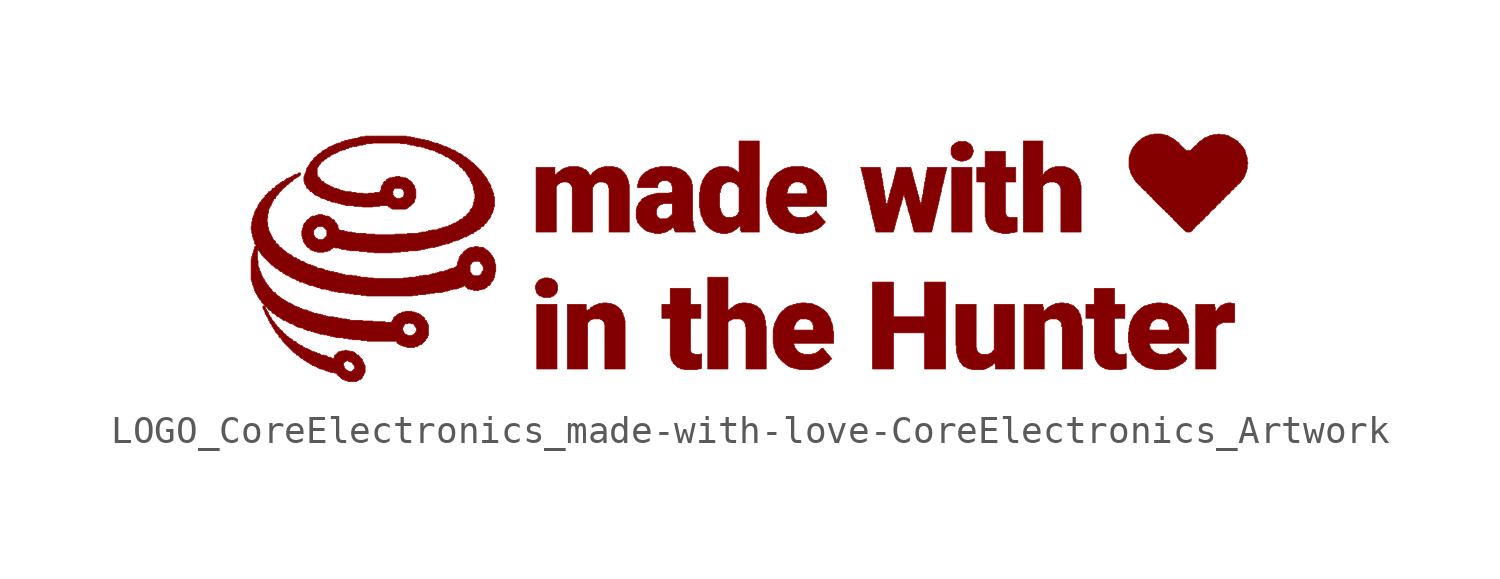
<source format=kicad_sym>
(kicad_symbol_lib
  (version 20231120)
  (generator "kicad_symbol_editor")
  (generator_version "8.0")
  (symbol "LOGO_CoreElectronics_made-with-love-CoreElectronics_Artwork"
    (pin_names
      (offset 1.016))
    (property "Reference" "#G"
      (at 0 -5.232 0)
      (effects (font (size 1.524 1.524)) (hide yes)))
    (symbol "LOGO_CoreElectronics_made-with-love-CoreElectronics_Artwork_0_0"
      (polyline (pts (xy -7.696 -1.829) (xy -8.433 -1.829) (xy -8.433 -4.191) (xy -7.696 -4.191) (xy -7.696 -1.829)) (stroke (width 0.025) (type solid)) (fill (type outline)))
      (polyline (pts (xy 7.468 3.175) (xy 6.731 3.175) (xy 6.731 0.813) (xy 7.468 0.813) (xy 7.468 3.175)) (stroke (width 0.025) (type solid)) (fill (type outline)))
      (polyline (pts (xy 4.597 -2.87) (xy 5.74 -2.87) (xy 5.74 -4.191) (xy 6.502 -4.191) (xy 6.502 -1.016) (xy 5.74 -1.016) (xy 5.74 -2.286) (xy 4.597 -2.286) (xy 4.597 -1.016) (xy 3.835 -1.016) (xy 3.835 -4.191) (xy 4.597 -4.191) (xy 4.597 -2.87)) (stroke (width 0.025) (type solid)) (fill (type outline)))
      (polyline (pts (xy 16.383 -2.667) (xy 16.408 -2.667) (xy 16.408 -2.642) (xy 16.485 -2.565) (xy 16.51 -2.565) (xy 16.51 -2.54) (xy 16.561 -2.54) (xy 16.561 -2.515) (xy 16.612 -2.515) (xy 16.637 -2.489) (xy 17.069 -2.489) (xy 17.069 -1.803) (xy 16.967 -1.803) (xy 16.942 -1.778) (xy 16.815 -1.778) (xy 16.789 -1.803) (xy 16.713 -1.803) (xy 16.688 -1.829) (xy 16.662 -1.829) (xy 16.637 -1.854) (xy 16.586 -1.854) (xy 16.459 -1.981) (xy 16.434 -2.032) (xy 16.383 -2.083) (xy 16.383 -2.108) (xy 16.358 -2.108) (xy 16.358 -1.93) (xy 16.332 -1.93) (xy 16.332 -1.829) (xy 15.646 -1.829) (xy 15.646 -4.191) (xy 16.383 -4.191) (xy 16.383 -2.667)) (stroke (width 0.025) (type solid)) (fill (type outline)))
      (polyline (pts (xy -2.54 -4.191) (xy -2.464 -4.191) (xy -2.413 -4.166) (xy -2.413 -3.632) (xy -2.438 -3.632) (xy -2.438 -3.658) (xy -2.667 -3.658) (xy -2.692 -3.632) (xy -2.743 -3.632) (xy -2.769 -3.607) (xy -2.794 -3.607) (xy -2.794 -3.556) (xy -2.819 -3.556) (xy -2.819 -2.337) (xy -2.438 -2.337) (xy -2.438 -1.829) (xy -2.819 -1.829) (xy -2.819 -1.245) (xy -3.556 -1.245) (xy -3.556 -1.829) (xy -3.861 -1.829) (xy -3.861 -2.337) (xy -3.556 -2.337) (xy -3.556 -3.708) (xy -3.531 -3.734) (xy -3.531 -3.81) (xy -3.505 -3.861) (xy -3.505 -3.886) (xy -3.454 -3.937) (xy -3.454 -3.988) (xy -3.429 -3.988) (xy -3.277 -4.14) (xy -3.226 -4.14) (xy -3.175 -4.191) (xy -3.073 -4.191) (xy -3.048 -4.216) (xy -2.591 -4.216) (xy -2.54 -4.191)) (stroke (width 0.025) (type solid)) (fill (type outline)))
      (polyline (pts (xy 8.89 0.787) (xy 8.992 0.787) (xy 9.042 0.813) (xy 9.093 0.813) (xy 9.119 0.838) (xy 9.119 1.346) (xy 8.814 1.346) (xy 8.788 1.372) (xy 8.738 1.372) (xy 8.738 1.422) (xy 8.712 1.422) (xy 8.712 1.473) (xy 8.687 1.499) (xy 8.687 2.642) (xy 9.068 2.642) (xy 9.068 3.175) (xy 8.687 3.175) (xy 8.687 3.759) (xy 7.95 3.759) (xy 7.95 3.175) (xy 7.645 3.175) (xy 7.645 2.642) (xy 7.95 2.642) (xy 7.95 1.372) (xy 7.976 1.346) (xy 7.976 1.219) (xy 8.001 1.168) (xy 8.001 1.143) (xy 8.026 1.118) (xy 8.052 1.067) (xy 8.052 1.041) (xy 8.103 0.991) (xy 8.103 0.965) (xy 8.179 0.889) (xy 8.23 0.889) (xy 8.28 0.838) (xy 8.331 0.838) (xy 8.357 0.813) (xy 8.407 0.813) (xy 8.433 0.787) (xy 8.534 0.787) (xy 8.56 0.762) (xy 8.814 0.762) (xy 8.89 0.787)) (stroke (width 0.025) (type solid)) (fill (type outline)))
      (polyline (pts (xy 12.979 -4.191) (xy 13.03 -4.191) (xy 13.081 -4.166) (xy 13.106 -4.166) (xy 13.106 -3.632) (xy 13.081 -3.632) (xy 13.056 -3.658) (xy 12.827 -3.658) (xy 12.802 -3.632) (xy 12.751 -3.632) (xy 12.751 -3.607) (xy 12.725 -3.607) (xy 12.725 -3.581) (xy 12.7 -3.581) (xy 12.7 -3.531) (xy 12.675 -3.505) (xy 12.675 -2.337) (xy 13.056 -2.337) (xy 13.056 -1.829) (xy 12.675 -1.829) (xy 12.675 -1.245) (xy 11.938 -1.245) (xy 11.938 -1.829) (xy 11.633 -1.829) (xy 11.633 -2.337) (xy 11.938 -2.337) (xy 11.938 -3.607) (xy 11.963 -3.658) (xy 11.963 -3.785) (xy 11.989 -3.81) (xy 11.989 -3.861) (xy 12.014 -3.886) (xy 12.014 -3.912) (xy 12.04 -3.937) (xy 12.065 -3.988) (xy 12.09 -3.988) (xy 12.09 -4.013) (xy 12.167 -4.089) (xy 12.217 -4.115) (xy 12.243 -4.14) (xy 12.268 -4.14) (xy 12.319 -4.166) (xy 12.344 -4.191) (xy 12.421 -4.191) (xy 12.471 -4.216) (xy 12.929 -4.216) (xy 12.979 -4.191)) (stroke (width 0.025) (type solid)) (fill (type outline)))
      (polyline (pts (xy -7.899 -1.549) (xy -7.874 -1.549) (xy -7.849 -1.524) (xy -7.823 -1.524) (xy -7.696 -1.397) (xy -7.696 -1.346) (xy -7.671 -1.321) (xy -7.671 -1.143) (xy -7.696 -1.092) (xy -7.696 -1.041) (xy -7.722 -1.041) (xy -7.747 -1.016) (xy -7.747 -0.991) (xy -7.798 -0.94) (xy -7.823 -0.94) (xy -7.849 -0.914) (xy -7.874 -0.914) (xy -7.899 -0.889) (xy -7.976 -0.889) (xy -8.001 -0.864) (xy -8.153 -0.864) (xy -8.179 -0.889) (xy -8.23 -0.889) (xy -8.28 -0.914) (xy -8.306 -0.914) (xy -8.357 -0.965) (xy -8.382 -0.965) (xy -8.382 -0.991) (xy -8.433 -1.041) (xy -8.433 -1.067) (xy -8.458 -1.092) (xy -8.458 -1.118) (xy -8.484 -1.143) (xy -8.484 -1.27) (xy -8.458 -1.295) (xy -8.458 -1.372) (xy -8.433 -1.397) (xy -8.433 -1.422) (xy -8.407 -1.448) (xy -8.382 -1.448) (xy -8.382 -1.473) (xy -8.331 -1.524) (xy -8.28 -1.524) (xy -8.255 -1.549) (xy -8.23 -1.549) (xy -8.204 -1.575) (xy -7.925 -1.575) (xy -7.899 -1.549)) (stroke (width 0.025) (type solid)) (fill (type outline)))
      (polyline (pts (xy 7.163 3.429) (xy 7.264 3.429) (xy 7.29 3.454) (xy 7.315 3.454) (xy 7.341 3.48) (xy 7.366 3.48) (xy 7.442 3.556) (xy 7.442 3.581) (xy 7.468 3.607) (xy 7.468 3.632) (xy 7.493 3.658) (xy 7.493 3.708) (xy 7.518 3.734) (xy 7.518 3.81) (xy 7.493 3.835) (xy 7.493 3.912) (xy 7.442 3.962) (xy 7.442 3.988) (xy 7.391 4.039) (xy 7.366 4.039) (xy 7.315 4.089) (xy 7.29 4.089) (xy 7.264 4.115) (xy 6.96 4.115) (xy 6.934 4.089) (xy 6.909 4.089) (xy 6.883 4.064) (xy 6.858 4.064) (xy 6.782 3.988) (xy 6.756 3.988) (xy 6.756 3.962) (xy 6.731 3.937) (xy 6.731 3.912) (xy 6.706 3.886) (xy 6.706 3.658) (xy 6.731 3.632) (xy 6.731 3.607) (xy 6.756 3.581) (xy 6.756 3.556) (xy 6.807 3.505) (xy 6.833 3.505) (xy 6.883 3.454) (xy 6.909 3.454) (xy 6.96 3.429) (xy 7.01 3.429) (xy 7.036 3.404) (xy 7.163 3.404) (xy 7.163 3.429)) (stroke (width 0.025) (type solid)) (fill (type outline)))
      (polyline (pts (xy 10.058 2.489) (xy 10.16 2.591) (xy 10.185 2.591) (xy 10.211 2.616) (xy 10.262 2.616) (xy 10.287 2.642) (xy 10.49 2.642) (xy 10.516 2.616) (xy 10.566 2.616) (xy 10.592 2.591) (xy 10.617 2.591) (xy 10.617 2.565) (xy 10.643 2.565) (xy 10.643 2.54) (xy 10.668 2.54) (xy 10.668 2.515) (xy 10.693 2.489) (xy 10.693 2.438) (xy 10.719 2.413) (xy 10.719 0.813) (xy 11.455 0.813) (xy 11.455 2.515) (xy 11.43 2.565) (xy 11.43 2.642) (xy 11.405 2.667) (xy 11.405 2.718) (xy 11.379 2.769) (xy 11.354 2.794) (xy 11.354 2.845) (xy 11.328 2.87) (xy 11.303 2.921) (xy 11.151 3.073) (xy 11.1 3.099) (xy 11.074 3.124) (xy 11.024 3.15) (xy 10.998 3.15) (xy 10.947 3.175) (xy 10.922 3.175) (xy 10.871 3.2) (xy 10.516 3.2) (xy 10.465 3.175) (xy 10.414 3.175) (xy 10.389 3.15) (xy 10.338 3.15) (xy 10.312 3.124) (xy 10.262 3.099) (xy 10.211 3.048) (xy 10.16 3.023) (xy 10.135 2.997) (xy 10.109 2.946) (xy 10.084 2.921) (xy 10.058 2.921) (xy 10.058 4.14) (xy 9.347 4.14) (xy 9.347 0.813) (xy 10.058 0.813) (xy 10.058 2.489)) (stroke (width 0.025) (type solid)) (fill (type outline)))
      (polyline (pts (xy -6.579 -2.489) (xy -6.553 -2.489) (xy -6.528 -2.464) (xy -6.528 -2.438) (xy -6.502 -2.438) (xy -6.502 -2.413) (xy -6.477 -2.413) (xy -6.452 -2.388) (xy -6.426 -2.388) (xy -6.375 -2.362) (xy -6.121 -2.362) (xy -6.096 -2.388) (xy -6.071 -2.388) (xy -6.045 -2.413) (xy -6.02 -2.413) (xy -6.02 -2.438) (xy -5.994 -2.438) (xy -5.994 -2.464) (xy -5.969 -2.489) (xy -5.969 -2.54) (xy -5.944 -2.565) (xy -5.944 -4.191) (xy -5.207 -4.191) (xy -5.207 -2.438) (xy -5.232 -2.388) (xy -5.232 -2.311) (xy -5.258 -2.286) (xy -5.258 -2.261) (xy -5.283 -2.21) (xy -5.283 -2.159) (xy -5.334 -2.108) (xy -5.334 -2.057) (xy -5.461 -1.93) (xy -5.512 -1.905) (xy -5.563 -1.854) (xy -5.588 -1.854) (xy -5.639 -1.829) (xy -5.664 -1.829) (xy -5.715 -1.803) (xy -5.817 -1.803) (xy -5.867 -1.778) (xy -6.02 -1.778) (xy -6.045 -1.803) (xy -6.172 -1.803) (xy -6.198 -1.829) (xy -6.223 -1.829) (xy -6.274 -1.854) (xy -6.299 -1.854) (xy -6.35 -1.88) (xy -6.401 -1.93) (xy -6.452 -1.93) (xy -6.477 -1.981) (xy -6.502 -2.007) (xy -6.553 -2.032) (xy -6.604 -2.083) (xy -6.604 -2.032) (xy -6.629 -2.007) (xy -6.629 -1.829) (xy -7.315 -1.829) (xy -7.315 -4.191) (xy -6.579 -4.191) (xy -6.579 -2.489)) (stroke (width 0.025) (type solid)) (fill (type outline)))
      (polyline (pts (xy 10.109 -2.515) (xy 10.16 -2.464) (xy 10.16 -2.438) (xy 10.185 -2.438) (xy 10.185 -2.413) (xy 10.236 -2.413) (xy 10.262 -2.388) (xy 10.287 -2.388) (xy 10.312 -2.362) (xy 10.566 -2.362) (xy 10.592 -2.388) (xy 10.617 -2.388) (xy 10.643 -2.413) (xy 10.668 -2.413) (xy 10.668 -2.438) (xy 10.693 -2.438) (xy 10.693 -2.464) (xy 10.719 -2.464) (xy 10.719 -2.489) (xy 10.744 -2.515) (xy 10.744 -2.642) (xy 10.77 -2.642) (xy 10.77 -4.191) (xy 11.506 -4.191) (xy 11.506 -2.616) (xy 11.481 -2.591) (xy 11.481 -2.388) (xy 11.455 -2.337) (xy 11.455 -2.286) (xy 11.43 -2.261) (xy 11.43 -2.21) (xy 11.405 -2.159) (xy 11.379 -2.134) (xy 11.379 -2.108) (xy 11.354 -2.057) (xy 11.176 -1.88) (xy 11.125 -1.854) (xy 11.1 -1.854) (xy 11.074 -1.829) (xy 11.024 -1.829) (xy 10.998 -1.803) (xy 10.871 -1.803) (xy 10.82 -1.778) (xy 10.668 -1.778) (xy 10.643 -1.803) (xy 10.516 -1.803) (xy 10.49 -1.829) (xy 10.465 -1.829) (xy 10.439 -1.854) (xy 10.389 -1.854) (xy 10.363 -1.88) (xy 10.312 -1.905) (xy 10.287 -1.93) (xy 10.262 -1.93) (xy 10.135 -2.057) (xy 10.084 -2.083) (xy 10.084 -1.93) (xy 10.058 -1.93) (xy 10.058 -1.829) (xy 9.373 -1.829) (xy 9.373 -4.191) (xy 10.109 -4.191) (xy 10.109 -2.515)) (stroke (width 0.025) (type solid)) (fill (type outline)))
      (polyline (pts (xy -2.184 -0.838) (xy -2.184 -4.191) (xy -1.448 -4.191) (xy -1.448 -2.489) (xy -1.422 -2.464) (xy -1.422 -2.438) (xy -1.397 -2.438) (xy -1.372 -2.413) (xy -1.346 -2.413) (xy -1.321 -2.388) (xy -1.295 -2.388) (xy -1.27 -2.362) (xy -0.991 -2.362) (xy -0.965 -2.388) (xy -0.94 -2.388) (xy -0.914 -2.413) (xy -0.889 -2.413) (xy -0.889 -2.438) (xy -0.864 -2.438) (xy -0.864 -2.464) (xy -0.838 -2.489) (xy -0.838 -2.515) (xy -0.813 -2.54) (xy -0.813 -2.642) (xy -0.787 -2.642) (xy -0.787 -4.191) (xy -0.051 -4.191) (xy -0.051 -2.616) (xy -0.076 -2.616) (xy -0.076 -2.438) (xy -0.102 -2.388) (xy -0.102 -2.311) (xy -0.127 -2.261) (xy -0.127 -2.235) (xy -0.152 -2.184) (xy -0.178 -2.159) (xy -0.203 -2.108) (xy -0.203 -2.083) (xy -0.229 -2.057) (xy -0.254 -2.007) (xy -0.279 -1.981) (xy -0.33 -1.956) (xy -0.406 -1.88) (xy -0.457 -1.88) (xy -0.483 -1.854) (xy -0.533 -1.829) (xy -0.559 -1.829) (xy -0.61 -1.803) (xy -0.737 -1.803) (xy -0.762 -1.778) (xy -0.94 -1.778) (xy -0.965 -1.803) (xy -1.067 -1.803) (xy -1.092 -1.829) (xy -1.143 -1.829) (xy -1.168 -1.854) (xy -1.219 -1.88) (xy -1.27 -1.93) (xy -1.321 -1.956) (xy -1.372 -2.007) (xy -1.422 -2.032) (xy -1.448 -2.057) (xy -1.448 -0.838) (xy -2.184 -0.838)) (stroke (width 0.025) (type solid)) (fill (type outline)))
      (polyline (pts (xy 7.925 -4.191) (xy 7.976 -4.191) (xy 8.001 -4.166) (xy 8.052 -4.14) (xy 8.077 -4.14) (xy 8.103 -4.115) (xy 8.153 -4.089) (xy 8.179 -4.064) (xy 8.204 -4.064) (xy 8.23 -4.039) (xy 8.23 -4.013) (xy 8.255 -4.013) (xy 8.255 -3.988) (xy 8.28 -3.988) (xy 8.28 -3.962) (xy 8.306 -3.962) (xy 8.306 -4.013) (xy 8.331 -4.039) (xy 8.331 -4.191) (xy 9.017 -4.191) (xy 9.017 -1.829) (xy 8.28 -1.829) (xy 8.28 -3.505) (xy 8.255 -3.505) (xy 8.255 -3.531) (xy 8.23 -3.531) (xy 8.204 -3.556) (xy 8.204 -3.581) (xy 8.179 -3.607) (xy 8.153 -3.607) (xy 8.128 -3.632) (xy 8.103 -3.632) (xy 8.052 -3.658) (xy 7.798 -3.658) (xy 7.772 -3.632) (xy 7.747 -3.632) (xy 7.747 -3.607) (xy 7.722 -3.607) (xy 7.671 -3.556) (xy 7.671 -3.531) (xy 7.645 -3.505) (xy 7.645 -3.429) (xy 7.62 -3.429) (xy 7.62 -1.829) (xy 6.883 -1.829) (xy 6.883 -3.327) (xy 6.909 -3.353) (xy 6.909 -3.607) (xy 6.934 -3.658) (xy 6.934 -3.708) (xy 6.96 -3.759) (xy 6.96 -3.785) (xy 6.985 -3.835) (xy 7.01 -3.861) (xy 7.01 -3.912) (xy 7.087 -3.988) (xy 7.112 -4.039) (xy 7.163 -4.089) (xy 7.214 -4.115) (xy 7.239 -4.115) (xy 7.264 -4.14) (xy 7.315 -4.166) (xy 7.341 -4.166) (xy 7.366 -4.191) (xy 7.442 -4.191) (xy 7.468 -4.216) (xy 7.899 -4.216) (xy 7.925 -4.191)) (stroke (width 0.025) (type solid)) (fill (type outline)))
      (polyline (pts (xy -7.722 2.464) (xy -7.696 2.489) (xy -7.696 2.515) (xy -7.645 2.565) (xy -7.62 2.565) (xy -7.62 2.591) (xy -7.595 2.591) (xy -7.569 2.616) (xy -7.518 2.616) (xy -7.493 2.642) (xy -7.315 2.642) (xy -7.29 2.616) (xy -7.264 2.616) (xy -7.239 2.591) (xy -7.214 2.591) (xy -7.214 2.565) (xy -7.188 2.565) (xy -7.188 2.54) (xy -7.163 2.515) (xy -7.163 2.489) (xy -7.137 2.464) (xy -7.137 0.813) (xy -6.401 0.813) (xy -6.401 2.438) (xy -6.35 2.489) (xy -6.35 2.515) (xy -6.274 2.591) (xy -6.248 2.591) (xy -6.223 2.616) (xy -6.198 2.616) (xy -6.172 2.642) (xy -5.994 2.642) (xy -5.969 2.616) (xy -5.918 2.616) (xy -5.893 2.591) (xy -5.867 2.591) (xy -5.867 2.565) (xy -5.842 2.565) (xy -5.842 2.54) (xy -5.817 2.515) (xy -5.817 2.438) (xy -5.791 2.438) (xy -5.791 0.813) (xy -5.055 0.813) (xy -5.055 2.54) (xy -5.08 2.591) (xy -5.08 2.667) (xy -5.105 2.718) (xy -5.105 2.743) (xy -5.131 2.794) (xy -5.156 2.819) (xy -5.156 2.87) (xy -5.207 2.921) (xy -5.232 2.972) (xy -5.385 3.124) (xy -5.436 3.124) (xy -5.486 3.175) (xy -5.588 3.175) (xy -5.613 3.2) (xy -5.969 3.2) (xy -6.02 3.175) (xy -6.071 3.175) (xy -6.096 3.15) (xy -6.147 3.15) (xy -6.198 3.124) (xy -6.223 3.099) (xy -6.274 3.073) (xy -6.325 3.023) (xy -6.375 2.997) (xy -6.401 2.972) (xy -6.426 2.921) (xy -6.477 2.87) (xy -6.502 2.87) (xy -6.502 2.921) (xy -6.528 2.921) (xy -6.528 2.946) (xy -6.553 2.997) (xy -6.655 3.099) (xy -6.706 3.099) (xy -6.756 3.15) (xy -6.782 3.15) (xy -6.833 3.175) (xy -6.858 3.175) (xy -6.909 3.2) (xy -7.264 3.2) (xy -7.29 3.175) (xy -7.341 3.175) (xy -7.391 3.15) (xy -7.417 3.15) (xy -7.518 3.099) (xy -7.569 3.048) (xy -7.62 3.023) (xy -7.671 2.972) (xy -7.696 2.972) (xy -7.696 2.946) (xy -7.747 2.896) (xy -7.747 2.921) (xy -7.772 2.946) (xy -7.772 3.175) (xy -8.458 3.175) (xy -8.458 0.813) (xy -7.722 0.813) (xy -7.722 2.464)) (stroke (width 0.025) (type solid)) (fill (type outline)))
      (polyline (pts (xy -1.422 0.787) (xy -1.372 0.787) (xy -1.346 0.813) (xy -1.295 0.813) (xy -1.27 0.838) (xy -1.219 0.864) (xy -1.168 0.914) (xy -1.143 0.914) (xy -1.016 1.041) (xy -0.991 1.016) (xy -0.991 0.864) (xy -0.965 0.864) (xy -0.965 0.813) (xy -0.305 0.813) (xy -0.305 4.14) (xy -1.041 4.14) (xy -1.041 2.972) (xy -1.067 2.972) (xy -1.067 2.997) (xy -1.092 2.997) (xy -1.092 3.023) (xy -1.118 3.023) (xy -1.118 3.048) (xy -1.143 3.048) (xy -1.194 3.099) (xy -1.245 3.124) (xy -1.27 3.15) (xy -1.295 3.15) (xy -1.346 3.175) (xy -1.372 3.175) (xy -1.422 3.2) (xy -1.778 3.2) (xy -1.829 3.175) (xy -1.854 3.175) (xy -1.905 3.15) (xy -1.93 3.15) (xy -1.981 3.124) (xy -2.007 3.099) (xy -2.108 3.048) (xy -2.134 3.023) (xy -2.159 2.972) (xy -2.21 2.946) (xy -2.235 2.921) (xy -2.261 2.87) (xy -2.286 2.845) (xy -2.286 2.819) (xy -2.311 2.819) (xy -2.311 2.769) (xy -2.337 2.769) (xy -2.337 2.718) (xy -2.362 2.718) (xy -2.388 2.667) (xy -2.388 2.616) (xy -2.438 2.515) (xy -2.438 2.464) (xy -2.464 2.413) (xy -2.464 2.286) (xy -2.489 2.235) (xy -2.489 1.753) (xy -2.489 1.702) (xy -1.753 1.702) (xy -1.753 2.235) (xy -1.727 2.261) (xy -1.727 2.337) (xy -1.702 2.388) (xy -1.702 2.413) (xy -1.676 2.438) (xy -1.676 2.489) (xy -1.575 2.591) (xy -1.549 2.591) (xy -1.524 2.616) (xy -1.499 2.616) (xy -1.473 2.642) (xy -1.295 2.642) (xy -1.27 2.616) (xy -1.219 2.616) (xy -1.168 2.565) (xy -1.143 2.565) (xy -1.092 2.515) (xy -1.092 2.489) (xy -1.041 2.438) (xy -1.041 1.524) (xy -1.067 1.524) (xy -1.067 1.499) (xy -1.092 1.473) (xy -1.092 1.448) (xy -1.118 1.422) (xy -1.143 1.422) (xy -1.143 1.397) (xy -1.168 1.397) (xy -1.194 1.372) (xy -1.245 1.372) (xy -1.27 1.346) (xy -1.524 1.346) (xy -1.575 1.397) (xy -1.6 1.397) (xy -1.651 1.448) (xy -1.651 1.473) (xy -1.676 1.499) (xy -1.676 1.524) (xy -1.702 1.549) (xy -1.702 1.6) (xy -1.727 1.626) (xy -1.727 1.676) (xy -1.753 1.702) (xy -2.489 1.702) (xy -2.464 1.676) (xy -2.464 1.575) (xy -2.438 1.524) (xy -2.438 1.448) (xy -2.388 1.346) (xy -2.362 1.321) (xy -2.362 1.27) (xy -2.311 1.168) (xy -2.286 1.143) (xy -2.261 1.092) (xy -2.108 0.94) (xy -2.057 0.914) (xy -2.032 0.889) (xy -1.981 0.864) (xy -1.956 0.838) (xy -1.905 0.838) (xy -1.88 0.813) (xy -1.829 0.787) (xy -1.753 0.787) (xy -1.702 0.762) (xy -1.473 0.762) (xy -1.422 0.787)) (stroke (width 0.025) (type solid)) (fill (type outline)))
      (polyline (pts (xy 1.702 -4.191) (xy 1.753 -4.191) (xy 1.803 -4.166) (xy 1.854 -4.166) (xy 2.007 -4.089) (xy 2.032 -4.064) (xy 2.134 -4.013) (xy 2.159 -3.988) (xy 2.21 -3.962) (xy 2.261 -3.912) (xy 2.286 -3.861) (xy 2.311 -3.835) (xy 2.337 -3.835) (xy 2.337 -3.81) (xy 2.311 -3.785) (xy 2.311 -3.759) (xy 2.286 -3.759) (xy 2.286 -3.734) (xy 2.261 -3.734) (xy 2.261 -3.708) (xy 2.235 -3.708) (xy 2.235 -3.683) (xy 2.134 -3.581) (xy 2.134 -3.556) (xy 2.108 -3.556) (xy 2.108 -3.531) (xy 2.032 -3.454) (xy 2.032 -3.429) (xy 2.007 -3.429) (xy 1.956 -3.454) (xy 1.854 -3.556) (xy 1.803 -3.581) (xy 1.778 -3.607) (xy 1.753 -3.607) (xy 1.727 -3.632) (xy 1.651 -3.632) (xy 1.626 -3.658) (xy 1.321 -3.658) (xy 1.295 -3.632) (xy 1.245 -3.632) (xy 1.194 -3.607) (xy 1.168 -3.581) (xy 1.143 -3.581) (xy 1.041 -3.48) (xy 1.041 -3.454) (xy 0.991 -3.404) (xy 0.991 -3.353) (xy 0.965 -3.327) (xy 0.965 -3.302) (xy 0.94 -3.251) (xy 2.413 -3.251) (xy 2.413 -2.819) (xy 2.388 -2.819) (xy 2.388 -2.642) (xy 2.362 -2.591) (xy 2.362 -2.54) (xy 2.311 -2.438) (xy 2.311 -2.388) (xy 2.261 -2.286) (xy 2.235 -2.261) (xy 2.184 -2.159) (xy 2.057 -2.032) (xy 2.007 -2.007) (xy 1.981 -1.981) (xy 1.93 -1.956) (xy 1.905 -1.93) (xy 1.753 -1.854) (xy 1.727 -1.854) (xy 1.626 -1.803) (xy 1.473 -1.803) (xy 1.397 -1.778) (xy 1.219 -1.778) (xy 1.194 -1.803) (xy 1.067 -1.803) (xy 1.016 -1.829) (xy 0.94 -1.829) (xy 0.914 -1.854) (xy 0.864 -1.88) (xy 0.813 -1.88) (xy 0.711 -1.93) (xy 0.686 -1.956) (xy 0.635 -1.981) (xy 0.61 -2.032) (xy 0.559 -2.057) (xy 0.457 -2.159) (xy 0.432 -2.21) (xy 0.406 -2.235) (xy 0.254 -2.54) (xy 0.254 -2.591) (xy 0.229 -2.642) (xy 0.229 -2.692) (xy 0.203 -2.769) (xy 0.94 -2.769) (xy 0.94 -2.743) (xy 0.965 -2.743) (xy 0.965 -2.642) (xy 0.991 -2.616) (xy 0.991 -2.591) (xy 1.016 -2.565) (xy 1.016 -2.54) (xy 1.041 -2.515) (xy 1.041 -2.489) (xy 1.092 -2.438) (xy 1.118 -2.438) (xy 1.118 -2.413) (xy 1.143 -2.388) (xy 1.168 -2.388) (xy 1.194 -2.362) (xy 1.448 -2.362) (xy 1.473 -2.388) (xy 1.524 -2.388) (xy 1.575 -2.438) (xy 1.6 -2.438) (xy 1.6 -2.464) (xy 1.651 -2.515) (xy 1.651 -2.565) (xy 1.676 -2.591) (xy 1.676 -2.769) (xy 0.94 -2.769) (xy 0.203 -2.769) (xy 0.203 -3.251) (xy 0.229 -3.302) (xy 0.229 -3.404) (xy 0.279 -3.505) (xy 0.279 -3.556) (xy 0.33 -3.658) (xy 0.356 -3.683) (xy 0.406 -3.785) (xy 0.457 -3.81) (xy 0.483 -3.861) (xy 0.559 -3.937) (xy 0.61 -3.962) (xy 0.686 -4.039) (xy 0.737 -4.064) (xy 0.762 -4.089) (xy 0.864 -4.14) (xy 0.914 -4.14) (xy 0.965 -4.166) (xy 1.016 -4.166) (xy 1.067 -4.191) (xy 1.118 -4.191) (xy 1.168 -4.216) (xy 1.651 -4.216) (xy 1.702 -4.191)) (stroke (width 0.025) (type solid)) (fill (type outline)))
      (polyline (pts (xy 14.681 -4.191) (xy 14.732 -4.191) (xy 14.783 -4.166) (xy 14.834 -4.166) (xy 15.037 -4.064) (xy 15.062 -4.039) (xy 15.164 -3.988) (xy 15.215 -3.937) (xy 15.265 -3.912) (xy 15.291 -3.861) (xy 15.316 -3.835) (xy 15.316 -3.785) (xy 15.291 -3.785) (xy 15.291 -3.759) (xy 15.265 -3.759) (xy 15.265 -3.734) (xy 15.164 -3.632) (xy 15.164 -3.607) (xy 15.138 -3.607) (xy 15.138 -3.581) (xy 15.088 -3.531) (xy 15.088 -3.505) (xy 15.062 -3.505) (xy 15.062 -3.48) (xy 15.037 -3.48) (xy 15.037 -3.454) (xy 15.011 -3.454) (xy 15.011 -3.429) (xy 14.986 -3.429) (xy 14.91 -3.505) (xy 14.859 -3.531) (xy 14.808 -3.581) (xy 14.757 -3.607) (xy 14.732 -3.607) (xy 14.707 -3.632) (xy 14.63 -3.632) (xy 14.605 -3.658) (xy 14.326 -3.658) (xy 14.275 -3.632) (xy 14.224 -3.632) (xy 14.173 -3.581) (xy 14.148 -3.581) (xy 14.097 -3.531) (xy 14.072 -3.531) (xy 14.072 -3.505) (xy 13.995 -3.429) (xy 13.995 -3.404) (xy 13.97 -3.353) (xy 13.97 -3.327) (xy 13.945 -3.302) (xy 13.945 -3.251) (xy 15.392 -3.251) (xy 15.392 -2.743) (xy 15.367 -2.692) (xy 15.367 -2.591) (xy 15.316 -2.489) (xy 15.316 -2.438) (xy 15.24 -2.286) (xy 15.215 -2.261) (xy 15.164 -2.159) (xy 15.113 -2.108) (xy 15.088 -2.057) (xy 15.037 -2.032) (xy 15.011 -2.007) (xy 14.961 -1.981) (xy 14.935 -1.956) (xy 14.834 -1.905) (xy 14.808 -1.88) (xy 14.757 -1.854) (xy 14.707 -1.854) (xy 14.605 -1.803) (xy 14.453 -1.803) (xy 14.402 -1.778) (xy 14.199 -1.778) (xy 14.173 -1.803) (xy 14.046 -1.803) (xy 14.021 -1.829) (xy 13.945 -1.829) (xy 13.843 -1.88) (xy 13.792 -1.88) (xy 13.741 -1.905) (xy 13.716 -1.93) (xy 13.665 -1.956) (xy 13.564 -2.057) (xy 13.513 -2.083) (xy 13.487 -2.134) (xy 13.386 -2.235) (xy 13.259 -2.489) (xy 13.259 -2.54) (xy 13.233 -2.591) (xy 13.233 -2.642) (xy 13.208 -2.692) (xy 13.208 -2.769) (xy 13.945 -2.769) (xy 13.945 -2.667) (xy 13.97 -2.642) (xy 13.97 -2.616) (xy 13.995 -2.591) (xy 13.995 -2.54) (xy 14.046 -2.489) (xy 14.046 -2.464) (xy 14.072 -2.438) (xy 14.097 -2.438) (xy 14.148 -2.388) (xy 14.173 -2.388) (xy 14.199 -2.362) (xy 14.427 -2.362) (xy 14.453 -2.388) (xy 14.503 -2.388) (xy 14.554 -2.438) (xy 14.58 -2.438) (xy 14.605 -2.464) (xy 14.605 -2.489) (xy 14.63 -2.515) (xy 14.63 -2.54) (xy 14.656 -2.565) (xy 14.656 -2.642) (xy 14.681 -2.642) (xy 14.681 -2.769) (xy 13.945 -2.769) (xy 13.208 -2.769) (xy 13.208 -2.819) (xy 13.183 -2.87) (xy 13.183 -3.2) (xy 13.208 -3.251) (xy 13.208 -3.353) (xy 13.233 -3.404) (xy 13.233 -3.454) (xy 13.31 -3.607) (xy 13.31 -3.658) (xy 13.386 -3.734) (xy 13.411 -3.785) (xy 13.437 -3.81) (xy 13.462 -3.861) (xy 13.513 -3.886) (xy 13.538 -3.937) (xy 13.64 -3.988) (xy 13.665 -4.039) (xy 13.818 -4.115) (xy 13.843 -4.14) (xy 13.894 -4.14) (xy 13.945 -4.166) (xy 13.995 -4.166) (xy 14.046 -4.191) (xy 14.097 -4.191) (xy 14.148 -4.216) (xy 14.63 -4.216) (xy 14.681 -4.191)) (stroke (width 0.025) (type solid)) (fill (type outline)))
      (polyline (pts (xy 1.346 0.787) (xy 1.448 0.787) (xy 1.499 0.813) (xy 1.575 0.813) (xy 1.676 0.864) (xy 1.702 0.889) (xy 1.753 0.889) (xy 1.854 0.94) (xy 1.88 0.965) (xy 1.93 0.991) (xy 2.083 1.143) (xy 2.083 1.168) (xy 2.108 1.168) (xy 2.108 1.194) (xy 2.083 1.194) (xy 2.083 1.219) (xy 2.057 1.219) (xy 2.057 1.245) (xy 2.032 1.245) (xy 2.032 1.27) (xy 1.956 1.346) (xy 1.956 1.372) (xy 1.93 1.372) (xy 1.905 1.397) (xy 1.905 1.422) (xy 1.88 1.422) (xy 1.88 1.448) (xy 1.803 1.524) (xy 1.803 1.549) (xy 1.778 1.549) (xy 1.778 1.575) (xy 1.753 1.575) (xy 1.727 1.524) (xy 1.651 1.448) (xy 1.6 1.422) (xy 1.575 1.422) (xy 1.549 1.397) (xy 1.499 1.372) (xy 1.448 1.372) (xy 1.422 1.346) (xy 1.067 1.346) (xy 1.016 1.372) (xy 0.991 1.372) (xy 0.965 1.397) (xy 0.94 1.397) (xy 0.889 1.448) (xy 0.864 1.448) (xy 0.864 1.473) (xy 0.762 1.575) (xy 0.762 1.6) (xy 0.737 1.626) (xy 0.737 1.676) (xy 0.711 1.702) (xy 0.711 1.753) (xy 2.159 1.753) (xy 2.159 2.286) (xy 2.134 2.362) (xy 2.134 2.413) (xy 2.108 2.464) (xy 2.108 2.515) (xy 2.032 2.667) (xy 2.032 2.692) (xy 1.981 2.794) (xy 1.93 2.819) (xy 1.905 2.87) (xy 1.778 2.997) (xy 1.727 3.023) (xy 1.702 3.048) (xy 1.651 3.073) (xy 1.626 3.099) (xy 1.575 3.124) (xy 1.524 3.124) (xy 1.422 3.175) (xy 1.372 3.175) (xy 1.321 3.2) (xy 0.864 3.2) (xy 0.813 3.175) (xy 0.737 3.175) (xy 0.711 3.15) (xy 0.66 3.15) (xy 0.559 3.099) (xy 0.533 3.073) (xy 0.432 3.023) (xy 0.406 2.997) (xy 0.356 2.972) (xy 0.229 2.845) (xy 0.203 2.794) (xy 0.127 2.718) (xy 0.076 2.616) (xy 0.076 2.565) (xy 0 2.413) (xy 0 2.362) (xy -0.025 2.286) (xy -0.025 2.21) (xy 0.711 2.21) (xy 0.711 2.286) (xy 0.737 2.311) (xy 0.737 2.388) (xy 0.762 2.413) (xy 0.762 2.438) (xy 0.787 2.464) (xy 0.787 2.489) (xy 0.813 2.515) (xy 0.838 2.515) (xy 0.838 2.54) (xy 0.889 2.591) (xy 0.914 2.591) (xy 0.94 2.616) (xy 0.965 2.616) (xy 0.991 2.642) (xy 1.194 2.642) (xy 1.219 2.616) (xy 1.27 2.616) (xy 1.295 2.591) (xy 1.321 2.591) (xy 1.321 2.565) (xy 1.346 2.54) (xy 1.372 2.54) (xy 1.397 2.515) (xy 1.397 2.489) (xy 1.422 2.464) (xy 1.422 2.413) (xy 1.448 2.388) (xy 1.448 2.21) (xy 0.711 2.21) (xy -0.025 2.21) (xy -0.025 2.108) (xy -0.051 2.083) (xy -0.051 1.854) (xy -0.025 1.829) (xy -0.025 1.702) (xy 0 1.651) (xy 0 1.6) (xy 0.025 1.549) (xy 0.025 1.499) (xy 0.127 1.295) (xy 0.152 1.27) (xy 0.203 1.168) (xy 0.254 1.143) (xy 0.279 1.092) (xy 0.33 1.067) (xy 0.432 0.965) (xy 0.686 0.838) (xy 0.711 0.838) (xy 0.762 0.813) (xy 0.813 0.813) (xy 0.864 0.787) (xy 0.991 0.787) (xy 1.041 0.762) (xy 1.295 0.762) (xy 1.346 0.787)) (stroke (width 0.025) (type solid)) (fill (type outline)))
      (polyline (pts (xy -3.861 0.787) (xy -3.785 0.787) (xy -3.734 0.813) (xy -3.708 0.813) (xy -3.658 0.838) (xy -3.607 0.889) (xy -3.556 0.889) (xy -3.505 0.94) (xy -3.505 0.965) (xy -3.48 0.965) (xy -3.48 0.991) (xy -3.454 0.991) (xy -3.454 1.016) (xy -3.429 1.016) (xy -3.429 0.94) (xy -3.404 0.914) (xy -3.404 0.864) (xy -3.378 0.838) (xy -3.378 0.813) (xy -2.642 0.813) (xy -2.642 0.864) (xy -2.667 0.889) (xy -2.667 0.94) (xy -2.692 0.94) (xy -2.692 1.016) (xy -2.718 1.041) (xy -2.718 1.194) (xy -2.743 1.219) (xy -2.743 2.54) (xy -2.769 2.565) (xy -2.769 2.642) (xy -2.794 2.692) (xy -2.794 2.718) (xy -2.819 2.769) (xy -2.845 2.794) (xy -2.87 2.845) (xy -2.946 2.921) (xy -2.972 2.972) (xy -2.997 2.997) (xy -3.048 3.023) (xy -3.073 3.048) (xy -3.099 3.048) (xy -3.124 3.073) (xy -3.175 3.099) (xy -3.2 3.124) (xy -3.251 3.124) (xy -3.353 3.175) (xy -3.454 3.175) (xy -3.505 3.2) (xy -3.937 3.2) (xy -3.988 3.175) (xy -4.089 3.175) (xy -4.191 3.124) (xy -4.242 3.124) (xy -4.343 3.073) (xy -4.369 3.048) (xy -4.47 2.997) (xy -4.623 2.845) (xy -4.648 2.794) (xy -4.674 2.769) (xy -4.674 2.743) (xy -4.699 2.692) (xy -4.724 2.667) (xy -4.724 2.591) (xy -4.75 2.54) (xy -4.75 2.438) (xy -4.013 2.438) (xy -4.013 2.54) (xy -3.988 2.565) (xy -3.988 2.591) (xy -3.937 2.642) (xy -3.912 2.642) (xy -3.912 2.667) (xy -3.886 2.667) (xy -3.861 2.692) (xy -3.658 2.692) (xy -3.632 2.667) (xy -3.607 2.667) (xy -3.556 2.616) (xy -3.531 2.616) (xy -3.531 2.591) (xy -3.505 2.565) (xy -3.505 2.515) (xy -3.48 2.489) (xy -3.48 2.261) (xy -3.632 2.235) (xy -4.039 2.235) (xy -4.089 2.21) (xy -4.14 2.21) (xy -4.191 2.184) (xy -4.242 2.184) (xy -4.293 2.159) (xy -4.318 2.159) (xy -4.369 2.134) (xy -4.394 2.134) (xy -4.42 2.108) (xy -4.47 2.083) (xy -4.496 2.083) (xy -4.547 2.032) (xy -4.572 2.032) (xy -4.597 2.007) (xy -4.623 1.956) (xy -4.724 1.854) (xy -4.724 1.803) (xy -4.75 1.778) (xy -4.775 1.727) (xy -4.775 1.676) (xy -4.801 1.626) (xy -4.801 1.422) (xy -4.064 1.422) (xy -4.064 1.626) (xy -4.039 1.651) (xy -4.039 1.702) (xy -4.013 1.702) (xy -4.013 1.727) (xy -3.937 1.803) (xy -3.912 1.803) (xy -3.886 1.829) (xy -3.835 1.829) (xy -3.81 1.854) (xy -3.48 1.854) (xy -3.48 1.448) (xy -3.505 1.448) (xy -3.505 1.422) (xy -3.531 1.422) (xy -3.531 1.397) (xy -3.556 1.397) (xy -3.556 1.372) (xy -3.581 1.372) (xy -3.632 1.321) (xy -3.658 1.321) (xy -3.683 1.295) (xy -3.937 1.295) (xy -3.988 1.346) (xy -4.013 1.346) (xy -4.013 1.372) (xy -4.039 1.372) (xy -4.039 1.422) (xy -4.064 1.422) (xy -4.801 1.422) (xy -4.801 1.321) (xy -4.775 1.295) (xy -4.775 1.245) (xy -4.75 1.219) (xy -4.75 1.168) (xy -4.699 1.118) (xy -4.674 1.067) (xy -4.572 0.965) (xy -4.521 0.94) (xy -4.521 0.914) (xy -4.47 0.889) (xy -4.445 0.864) (xy -4.394 0.838) (xy -4.369 0.838) (xy -4.318 0.813) (xy -4.267 0.813) (xy -4.216 0.787) (xy -4.14 0.787) (xy -4.14 0.762) (xy -3.886 0.762) (xy -3.861 0.787)) (stroke (width 0.025) (type solid)) (fill (type outline)))
      (polyline (pts (xy 4.597 0.864) (xy 4.623 0.889) (xy 4.623 0.94) (xy 4.648 0.965) (xy 4.648 1.041) (xy 4.674 1.067) (xy 4.674 1.143) (xy 4.699 1.168) (xy 4.699 1.245) (xy 4.724 1.27) (xy 4.724 1.295) (xy 4.75 1.346) (xy 4.75 1.397) (xy 4.775 1.448) (xy 4.775 1.524) (xy 4.801 1.549) (xy 4.801 1.575) (xy 4.826 1.626) (xy 4.826 1.702) (xy 4.851 1.727) (xy 4.851 1.753) (xy 4.877 1.803) (xy 4.877 1.854) (xy 4.902 1.88) (xy 4.902 1.956) (xy 4.928 1.981) (xy 4.928 2.057) (xy 4.953 2.083) (xy 4.953 2.159) (xy 4.978 2.159) (xy 4.978 2.184) (xy 5.004 2.159) (xy 5.004 2.083) (xy 5.029 2.057) (xy 5.029 2.007) (xy 5.055 1.981) (xy 5.055 1.905) (xy 5.08 1.88) (xy 5.08 1.803) (xy 5.105 1.778) (xy 5.105 1.753) (xy 5.131 1.702) (xy 5.131 1.626) (xy 5.156 1.575) (xy 5.156 1.549) (xy 5.182 1.499) (xy 5.359 0.813) (xy 5.994 0.813) (xy 6.274 1.981) (xy 6.274 2.032) (xy 6.299 2.083) (xy 6.299 2.134) (xy 6.325 2.184) (xy 6.325 2.235) (xy 6.35 2.286) (xy 6.35 2.388) (xy 6.375 2.438) (xy 6.375 2.489) (xy 6.401 2.515) (xy 6.401 2.565) (xy 6.426 2.616) (xy 6.426 2.692) (xy 6.452 2.743) (xy 6.452 2.819) (xy 6.477 2.845) (xy 6.477 2.921) (xy 6.502 2.946) (xy 6.502 3.023) (xy 6.528 3.048) (xy 6.528 3.124) (xy 6.553 3.15) (xy 6.553 3.175) (xy 5.842 3.175) (xy 5.842 3.099) (xy 5.817 3.073) (xy 5.817 2.972) (xy 5.791 2.946) (xy 5.791 2.819) (xy 5.766 2.769) (xy 5.766 2.667) (xy 5.74 2.642) (xy 5.74 2.515) (xy 5.715 2.464) (xy 5.715 2.388) (xy 5.69 2.337) (xy 5.69 2.21) (xy 5.664 2.159) (xy 5.664 2.083) (xy 5.639 2.057) (xy 5.639 1.93) (xy 5.613 1.905) (xy 5.613 1.803) (xy 5.588 1.803) (xy 5.588 1.88) (xy 5.563 1.905) (xy 5.563 1.956) (xy 5.537 1.981) (xy 5.537 2.083) (xy 5.512 2.108) (xy 5.512 2.159) (xy 5.486 2.21) (xy 5.486 2.261) (xy 5.461 2.311) (xy 5.461 2.337) (xy 5.436 2.362) (xy 5.436 2.438) (xy 5.41 2.489) (xy 5.41 2.54) (xy 5.385 2.591) (xy 5.385 2.616) (xy 5.359 2.667) (xy 5.359 2.718) (xy 5.334 2.769) (xy 5.334 2.819) (xy 5.309 2.845) (xy 5.309 2.946) (xy 5.283 2.972) (xy 5.283 3.023) (xy 5.258 3.023) (xy 5.258 3.124) (xy 5.232 3.124) (xy 5.232 3.175) (xy 4.724 3.175) (xy 4.547 2.464) (xy 4.521 2.413) (xy 4.521 2.388) (xy 4.496 2.337) (xy 4.496 2.261) (xy 4.47 2.235) (xy 4.47 2.184) (xy 4.445 2.159) (xy 4.445 2.083) (xy 4.42 2.057) (xy 4.42 1.981) (xy 4.394 1.956) (xy 4.394 1.88) (xy 4.369 1.854) (xy 4.369 1.778) (xy 4.343 1.778) (xy 4.343 1.854) (xy 4.318 1.88) (xy 4.318 2.007) (xy 4.293 2.032) (xy 4.293 2.134) (xy 4.267 2.184) (xy 4.267 2.337) (xy 4.242 2.362) (xy 4.242 2.464) (xy 4.216 2.515) (xy 4.216 2.642) (xy 4.191 2.667) (xy 4.191 2.769) (xy 4.166 2.819) (xy 4.166 2.946) (xy 4.14 2.972) (xy 4.14 3.099) (xy 4.115 3.099) (xy 4.115 3.175) (xy 3.404 3.175) (xy 3.404 3.15) (xy 3.429 3.15) (xy 3.429 3.048) (xy 3.454 3.023) (xy 3.454 2.946) (xy 3.48 2.921) (xy 3.48 2.845) (xy 3.505 2.819) (xy 3.505 2.743) (xy 3.531 2.718) (xy 3.531 2.616) (xy 3.556 2.591) (xy 3.556 2.54) (xy 3.581 2.489) (xy 3.581 2.388) (xy 3.607 2.362) (xy 3.607 2.311) (xy 3.632 2.261) (xy 3.632 2.21) (xy 3.658 2.159) (xy 3.658 2.108) (xy 3.683 2.032) (xy 3.683 1.981) (xy 3.708 1.956) (xy 3.708 1.905) (xy 3.734 1.854) (xy 3.734 1.803) (xy 3.759 1.753) (xy 3.759 1.651) (xy 3.785 1.6) (xy 3.785 1.549) (xy 3.81 1.499) (xy 3.81 1.448) (xy 3.835 1.397) (xy 3.835 1.321) (xy 3.861 1.27) (xy 3.861 1.245) (xy 3.886 1.194) (xy 3.886 1.143) (xy 3.912 1.092) (xy 3.912 1.016) (xy 3.937 0.991) (xy 3.937 0.889) (xy 3.962 0.864) (xy 3.962 0.813) (xy 4.597 0.813) (xy 4.597 0.864)) (stroke (width 0.025) (type solid)) (fill (type outline)))
      (polyline (pts (xy 15.469 0.838) (xy 15.494 0.838) (xy 15.494 0.864) (xy 15.519 0.864) (xy 15.519 0.889) (xy 15.545 0.889) (xy 15.545 0.914) (xy 15.57 0.94) (xy 15.596 0.94) (xy 15.596 0.965) (xy 15.723 1.092) (xy 15.773 1.118) (xy 15.799 1.168) (xy 15.824 1.194) (xy 15.875 1.219) (xy 15.9 1.27) (xy 15.951 1.295) (xy 15.977 1.346) (xy 16.027 1.397) (xy 16.078 1.422) (xy 16.129 1.473) (xy 16.154 1.524) (xy 16.256 1.626) (xy 16.332 1.676) (xy 16.383 1.727) (xy 16.383 1.753) (xy 16.485 1.854) (xy 16.535 1.88) (xy 16.561 1.93) (xy 16.612 1.981) (xy 16.662 2.007) (xy 16.688 2.057) (xy 16.815 2.184) (xy 16.866 2.21) (xy 16.891 2.235) (xy 16.916 2.286) (xy 16.993 2.362) (xy 17.018 2.362) (xy 17.043 2.388) (xy 17.043 2.413) (xy 17.094 2.464) (xy 17.12 2.464) (xy 17.12 2.489) (xy 17.145 2.489) (xy 17.145 2.515) (xy 17.196 2.565) (xy 17.221 2.565) (xy 17.221 2.591) (xy 17.247 2.591) (xy 17.247 2.616) (xy 17.272 2.616) (xy 17.272 2.642) (xy 17.297 2.642) (xy 17.297 2.667) (xy 17.323 2.692) (xy 17.323 2.718) (xy 17.374 2.743) (xy 17.45 2.896) (xy 17.45 2.921) (xy 17.501 3.023) (xy 17.501 3.073) (xy 17.526 3.124) (xy 17.526 3.302) (xy 17.551 3.302) (xy 17.551 3.353) (xy 17.526 3.378) (xy 17.526 3.531) (xy 17.501 3.581) (xy 17.501 3.607) (xy 17.475 3.658) (xy 17.475 3.708) (xy 17.45 3.734) (xy 17.45 3.785) (xy 17.424 3.835) (xy 17.399 3.861) (xy 17.374 3.912) (xy 17.297 3.988) (xy 17.272 4.039) (xy 17.221 4.064) (xy 17.196 4.115) (xy 17.17 4.14) (xy 17.069 4.191) (xy 17.043 4.216) (xy 16.891 4.293) (xy 16.866 4.318) (xy 16.815 4.343) (xy 16.764 4.343) (xy 16.713 4.369) (xy 16.535 4.369) (xy 16.51 4.394) (xy 16.459 4.394) (xy 16.459 4.369) (xy 16.281 4.369) (xy 16.231 4.343) (xy 16.18 4.343) (xy 16.027 4.267) (xy 16.002 4.267) (xy 15.951 4.242) (xy 15.875 4.166) (xy 15.824 4.14) (xy 15.799 4.14) (xy 15.799 4.115) (xy 15.773 4.115) (xy 15.773 4.089) (xy 15.748 4.089) (xy 15.748 4.064) (xy 15.723 4.064) (xy 15.723 4.039) (xy 15.697 4.039) (xy 15.697 4.013) (xy 15.672 3.988) (xy 15.646 3.988) (xy 15.621 3.962) (xy 15.621 3.937) (xy 15.596 3.937) (xy 15.57 3.912) (xy 15.57 3.886) (xy 15.545 3.886) (xy 15.545 3.861) (xy 15.519 3.861) (xy 15.519 3.835) (xy 15.494 3.835) (xy 15.494 3.81) (xy 15.469 3.81) (xy 15.443 3.785) (xy 15.291 3.785) (xy 15.265 3.81) (xy 15.265 3.835) (xy 15.24 3.835) (xy 15.215 3.861) (xy 15.215 3.886) (xy 15.189 3.886) (xy 15.037 4.039) (xy 15.037 4.064) (xy 15.011 4.064) (xy 15.011 4.089) (xy 14.986 4.089) (xy 14.961 4.115) (xy 14.935 4.115) (xy 14.935 4.14) (xy 14.91 4.14) (xy 14.91 4.166) (xy 14.859 4.191) (xy 14.834 4.216) (xy 14.681 4.293) (xy 14.656 4.318) (xy 14.605 4.343) (xy 14.554 4.343) (xy 14.503 4.369) (xy 14.453 4.369) (xy 14.402 4.394) (xy 14.122 4.394) (xy 14.072 4.369) (xy 13.97 4.369) (xy 13.868 4.318) (xy 13.818 4.318) (xy 13.792 4.293) (xy 13.691 4.242) (xy 13.614 4.166) (xy 13.564 4.14) (xy 13.437 4.013) (xy 13.437 3.988) (xy 13.36 3.912) (xy 13.31 3.81) (xy 13.284 3.785) (xy 13.284 3.734) (xy 13.233 3.632) (xy 13.233 3.581) (xy 13.208 3.531) (xy 13.208 3.175) (xy 13.233 3.124) (xy 13.233 3.099) (xy 13.259 3.048) (xy 13.259 2.997) (xy 13.335 2.845) (xy 13.36 2.819) (xy 13.411 2.718) (xy 13.437 2.692) (xy 13.462 2.642) (xy 13.487 2.642) (xy 13.487 2.616) (xy 13.513 2.616) (xy 13.513 2.591) (xy 13.538 2.565) (xy 13.564 2.565) (xy 13.564 2.54) (xy 13.589 2.515) (xy 13.614 2.515) (xy 13.64 2.489) (xy 13.64 2.464) (xy 13.767 2.337) (xy 13.818 2.311) (xy 13.843 2.286) (xy 13.868 2.235) (xy 13.894 2.21) (xy 13.945 2.184) (xy 13.97 2.134) (xy 13.995 2.108) (xy 14.046 2.083) (xy 14.072 2.032) (xy 14.453 1.651) (xy 14.503 1.626) (xy 14.529 1.575) (xy 14.58 1.524) (xy 14.63 1.499) (xy 14.656 1.448) (xy 14.707 1.422) (xy 14.732 1.372) (xy 14.783 1.346) (xy 14.808 1.321) (xy 14.834 1.27) (xy 14.91 1.194) (xy 14.961 1.168) (xy 14.961 1.143) (xy 15.062 1.041) (xy 15.088 1.041) (xy 15.088 1.016) (xy 15.113 0.991) (xy 15.138 0.991) (xy 15.138 0.965) (xy 15.164 0.965) (xy 15.164 0.94) (xy 15.189 0.94) (xy 15.189 0.914) (xy 15.215 0.914) (xy 15.215 0.889) (xy 15.24 0.889) (xy 15.24 0.864) (xy 15.265 0.864) (xy 15.265 0.838) (xy 15.291 0.838) (xy 15.316 0.813) (xy 15.443 0.813) (xy 15.469 0.838)) (stroke (width 0.025) (type solid)) (fill (type outline)))
      (polyline (pts (xy -15.011 -4.623) (xy -14.961 -4.623) (xy -14.961 -4.597) (xy -14.935 -4.597) (xy -14.935 -4.572) (xy -14.859 -4.572) (xy -14.859 -4.547) (xy -14.834 -4.547) (xy -14.834 -4.521) (xy -14.808 -4.521) (xy -14.808 -4.445) (xy -14.757 -4.445) (xy -14.757 -4.369) (xy -14.732 -4.369) (xy -14.732 -4.318) (xy -14.707 -4.318) (xy -14.707 -4.064) (xy -14.732 -4.064) (xy -14.732 -4.013) (xy -14.757 -4.013) (xy -14.757 -3.937) (xy -14.808 -3.937) (xy -14.808 -3.835) (xy -14.834 -3.835) (xy -14.834 -3.81) (xy -14.884 -3.81) (xy -14.884 -3.759) (xy -14.91 -3.759) (xy -14.91 -3.734) (xy -14.935 -3.734) (xy -14.935 -3.683) (xy -15.011 -3.683) (xy -15.011 -3.658) (xy -15.037 -3.658) (xy -15.037 -3.632) (xy -15.062 -3.632) (xy -15.062 -3.607) (xy -15.088 -3.607) (xy -15.088 -3.581) (xy -15.138 -3.581) (xy -15.138 -3.556) (xy -15.265 -3.556) (xy -15.265 -3.531) (xy -15.367 -3.531) (xy -15.367 -3.505) (xy -15.443 -3.505) (xy -15.443 -3.531) (xy -15.57 -3.531) (xy -15.57 -3.556) (xy -15.672 -3.556) (xy -15.672 -3.581) (xy -15.697 -3.581) (xy -15.697 -3.607) (xy -15.723 -3.607) (xy -15.723 -3.632) (xy -15.748 -3.632) (xy -15.748 -3.658) (xy -15.773 -3.658) (xy -15.773 -3.683) (xy -15.824 -3.683) (xy -15.824 -3.785) (xy -15.85 -3.785) (xy -15.85 -3.81) (xy -15.926 -3.81) (xy -15.926 -3.785) (xy -15.977 -3.785) (xy -15.977 -3.759) (xy -16.078 -3.759) (xy -16.078 -3.734) (xy -16.104 -3.734) (xy -16.104 -3.708) (xy -16.205 -3.708) (xy -16.205 -3.683) (xy -16.332 -3.683) (xy -16.332 -3.658) (xy -16.358 -3.658) (xy -16.358 -3.632) (xy -16.459 -3.632) (xy -16.459 -3.607) (xy -16.485 -3.607) (xy -16.485 -3.581) (xy -16.561 -3.581) (xy -16.561 -3.556) (xy -16.662 -3.556) (xy -16.662 -3.531) (xy -16.688 -3.531) (xy -16.688 -3.505) (xy -16.739 -3.505) (xy -16.739 -3.48) (xy -16.789 -3.48) (xy -16.789 -3.454) (xy -16.84 -3.454) (xy -16.84 -3.429) (xy -16.916 -3.429) (xy -16.916 -3.404) (xy -16.967 -3.404) (xy -16.967 -3.378) (xy -16.993 -3.378) (xy -16.993 -3.353) (xy -17.018 -3.353) (xy -17.018 -3.327) (xy -17.094 -3.327) (xy -17.094 -3.302) (xy -17.145 -3.302) (xy -17.145 -3.277) (xy -17.17 -3.277) (xy -17.17 -3.251) (xy -17.221 -3.251) (xy -17.221 -3.2) (xy -17.272 -3.2) (xy -17.272 -3.175) (xy -17.348 -3.175) (xy -17.348 -3.124) (xy -17.399 -3.124) (xy -17.399 -3.099) (xy -17.424 -3.099) (xy -17.424 -3.073) (xy -17.475 -3.073) (xy -17.475 -3.048) (xy -17.501 -3.048) (xy -17.501 -3.023) (xy -17.526 -3.023) (xy -17.526 -2.997) (xy -17.577 -2.997) (xy -17.577 -2.972) (xy -17.602 -2.972) (xy -17.602 -2.921) (xy -17.653 -2.921) (xy -17.653 -2.896) (xy -17.678 -2.896) (xy -17.678 -2.87) (xy -17.704 -2.87) (xy -17.704 -2.845) (xy -17.729 -2.845) (xy -17.729 -2.794) (xy -17.78 -2.794) (xy -17.78 -2.769) (xy -17.805 -2.769) (xy -17.805 -2.743) (xy -17.831 -2.743) (xy -17.831 -2.718) (xy -17.856 -2.718) (xy -17.856 -2.667) (xy -17.907 -2.667) (xy -17.907 -2.642) (xy -17.932 -2.642) (xy -17.932 -2.591) (xy -17.958 -2.591) (xy -17.958 -2.565) (xy -17.983 -2.565) (xy -17.983 -2.54) (xy -18.009 -2.54) (xy -18.009 -2.489) (xy -18.034 -2.489) (xy -18.034 -2.464) (xy -18.059 -2.464) (xy -18.059 -2.438) (xy -18.085 -2.438) (xy -18.085 -2.413) (xy -18.11 -2.413) (xy -18.11 -2.362) (xy -18.136 -2.362) (xy -18.136 -2.311) (xy -18.161 -2.311) (xy -18.161 -2.286) (xy -18.186 -2.286) (xy -18.186 -2.235) (xy -18.212 -2.235) (xy -18.212 -2.21) (xy -18.237 -2.21) (xy -18.237 -2.134) (xy -18.263 -2.134) (xy -18.263 -2.083) (xy -18.288 -2.083) (xy -18.288 -2.057) (xy -18.313 -2.057) (xy -18.313 -2.007) (xy -18.339 -2.007) (xy -18.339 -1.956) (xy -18.364 -1.956) (xy -18.364 -1.905) (xy -18.39 -1.905) (xy -18.39 -1.88) (xy -18.415 -1.88) (xy -18.415 -1.905) (xy -18.44 -1.905) (xy -18.44 -1.981) (xy -18.415 -1.981) (xy -18.415 -2.032) (xy -18.39 -2.032) (xy -18.39 -2.083) (xy -18.364 -2.083) (xy -18.364 -2.159) (xy -18.339 -2.159) (xy -18.339 -2.21) (xy -18.313 -2.21) (xy -18.313 -2.261) (xy -18.288 -2.261) (xy -18.288 -2.286) (xy -18.263 -2.286) (xy -18.263 -2.337) (xy -18.237 -2.337) (xy -18.237 -2.413) (xy -18.212 -2.413) (xy -18.212 -2.438) (xy -18.186 -2.438) (xy -18.186 -2.515) (xy -18.161 -2.515) (xy -18.161 -2.54) (xy -18.136 -2.54) (xy -18.136 -2.565) (xy -18.11 -2.565) (xy -18.11 -2.642) (xy -18.085 -2.642) (xy -18.085 -2.667) (xy -18.059 -2.667) (xy -18.059 -2.718) (xy -18.034 -2.718) (xy -18.034 -2.743) (xy -18.009 -2.743) (xy -18.009 -2.794) (xy -17.983 -2.794) (xy -17.983 -2.845) (xy -17.958 -2.845) (xy -17.958 -2.87) (xy -17.932 -2.87) (xy -17.932 -2.896) (xy -17.907 -2.896) (xy -17.907 -2.921) (xy -17.882 -2.921) (xy -17.882 -2.946) (xy -17.856 -2.946) (xy -17.856 -3.023) (xy -17.831 -3.023) (xy -17.831 -3.048) (xy -17.78 -3.048) (xy -17.78 -3.073) (xy -17.755 -3.073) (xy -17.755 -3.124) (xy -17.729 -3.124) (xy -17.729 -3.175) (xy -17.678 -3.175) (xy -17.678 -3.226) (xy -17.653 -3.226) (xy -17.653 -3.251) (xy -17.628 -3.251) (xy -17.628 -3.277) (xy -17.602 -3.277) (xy -17.602 -3.302) (xy -17.577 -3.302) (xy -17.577 -3.327) (xy -17.551 -3.327) (xy -17.551 -3.353) (xy -17.526 -3.353) (xy -17.526 -3.378) (xy -17.501 -3.378) (xy -17.501 -3.404) (xy -17.475 -3.404) (xy -17.475 -3.429) (xy -17.45 -3.429) (xy -17.45 -3.454) (xy -17.424 -3.454) (xy -17.424 -3.48) (xy -17.399 -3.48) (xy -17.399 -3.505) (xy -17.374 -3.505) (xy -17.374 -3.531) (xy -17.348 -3.531) (xy -17.348 -3.556) (xy -17.323 -3.556) (xy -17.323 -3.581) (xy -17.297 -3.581) (xy -17.297 -3.607) (xy -17.247 -3.607) (xy -17.247 -3.632) (xy -17.221 -3.632) (xy -17.221 -3.683) (xy -17.145 -3.683) (xy -17.145 -3.708) (xy -17.12 -3.708) (xy -17.12 -3.734) (xy -17.094 -3.734) (xy -17.094 -3.759) (xy -17.069 -3.759) (xy -17.069 -3.785) (xy -17.043 -3.785) (xy -17.043 -3.81) (xy -16.967 -3.81) (xy -16.967 -3.861) (xy -16.916 -3.861) (xy -16.916 -3.886) (xy -16.866 -3.886) (xy -16.866 -3.912) (xy -16.84 -3.912) (xy -16.84 -3.937) (xy -16.789 -3.937) (xy -16.789 -3.962) (xy -16.739 -3.962) (xy -16.739 -3.988) (xy -16.713 -3.988) (xy -16.713 -4.013) (xy -16.662 -4.013) (xy -16.662 -4.039) (xy -16.637 -4.039) (xy -16.637 -4.064) (xy -16.561 -4.064) (xy -16.561 -4.089) (xy -16.485 -4.089) (xy -15.494 -4.089) (xy -15.494 -3.962) (xy -15.469 -3.962) (xy -15.469 -3.937) (xy -15.443 -3.937) (xy -15.443 -3.912) (xy -15.392 -3.912) (xy -15.392 -3.886) (xy -15.316 -3.886) (xy -15.316 -3.912) (xy -15.265 -3.912) (xy -15.265 -3.937) (xy -15.189 -3.937) (xy -15.189 -3.962) (xy -15.164 -3.962) (xy -15.164 -4.013) (xy -15.138 -4.013) (xy -15.138 -4.039) (xy -15.113 -4.039) (xy -15.113 -4.064) (xy -15.088 -4.064) (xy -15.088 -4.191) (xy -15.113 -4.191) (xy -15.113 -4.216) (xy -15.138 -4.216) (xy -15.138 -4.242) (xy -15.164 -4.242) (xy -15.164 -4.267) (xy -15.189 -4.267) (xy -15.189 -4.293) (xy -15.291 -4.293) (xy -15.291 -4.267) (xy -15.342 -4.267) (xy -15.342 -4.242) (xy -15.392 -4.242) (xy -15.392 -4.216) (xy -15.418 -4.216) (xy -15.418 -4.191) (xy -15.443 -4.191) (xy -15.443 -4.166) (xy -15.469 -4.166) (xy -15.469 -4.089) (xy -15.494 -4.089) (xy -16.485 -4.089) (xy -16.485 -4.115) (xy -16.459 -4.115) (xy -16.459 -4.14) (xy -16.408 -4.14) (xy -16.408 -4.166) (xy -16.358 -4.166) (xy -16.358 -4.191) (xy -16.256 -4.191) (xy -16.256 -4.216) (xy -16.18 -4.216) (xy -16.18 -4.242) (xy -16.129 -4.242) (xy -16.129 -4.267) (xy -16.053 -4.267) (xy -16.053 -4.293) (xy -15.977 -4.293) (xy -15.977 -4.318) (xy -15.824 -4.318) (xy -15.824 -4.343) (xy -15.748 -4.343) (xy -15.748 -4.369) (xy -15.723 -4.369) (xy -15.723 -4.394) (xy -15.697 -4.394) (xy -15.697 -4.445) (xy -15.646 -4.445) (xy -15.646 -4.47) (xy -15.621 -4.47) (xy -15.621 -4.496) (xy -15.596 -4.496) (xy -15.596 -4.521) (xy -15.57 -4.521) (xy -15.57 -4.547) (xy -15.545 -4.547) (xy -15.545 -4.572) (xy -15.469 -4.572) (xy -15.469 -4.597) (xy -15.418 -4.597) (xy -15.418 -4.623) (xy -15.342 -4.623) (xy -15.342 -4.648) (xy -15.011 -4.648) (xy -15.011 -4.623)) (stroke (width 0.025) (type solid)) (fill (type outline)))
      (polyline (pts (xy -13.716 0.076) (xy -13.411 0.076) (xy -13.411 0.102) (xy -13.132 0.102) (xy -13.132 0.127) (xy -12.776 0.127) (xy -12.776 0.152) (xy -12.675 0.152) (xy -12.675 0.178) (xy -12.522 0.178) (xy -12.522 0.203) (xy -12.421 0.203) (xy -12.421 0.229) (xy -12.319 0.229) (xy -12.319 0.254) (xy -12.141 0.254) (xy -12.141 0.279) (xy -12.04 0.279) (xy -12.04 0.305) (xy -11.963 0.305) (xy -11.963 0.33) (xy -11.887 0.33) (xy -11.887 0.356) (xy -11.786 0.356) (xy -11.786 0.381) (xy -11.659 0.381) (xy -11.659 0.406) (xy -11.608 0.406) (xy -11.608 0.432) (xy -11.532 0.432) (xy -11.532 0.457) (xy -11.506 0.457) (xy -11.506 0.483) (xy -11.405 0.483) (xy -11.405 0.508) (xy -11.303 0.508) (xy -11.303 0.533) (xy -11.252 0.533) (xy -11.252 0.559) (xy -11.201 0.559) (xy -11.201 0.584) (xy -11.151 0.584) (xy -11.151 0.61) (xy -11.1 0.61) (xy -11.1 0.635) (xy -10.998 0.635) (xy -10.998 0.66) (xy -10.973 0.66) (xy -10.973 0.686) (xy -10.922 0.686) (xy -10.922 0.711) (xy -10.871 0.711) (xy -10.871 0.737) (xy -10.846 0.737) (xy -10.846 0.762) (xy -10.744 0.762) (xy -10.744 0.813) (xy -10.693 0.813) (xy -10.693 0.838) (xy -10.643 0.838) (xy -10.643 0.864) (xy -10.617 0.864) (xy -10.617 0.889) (xy -10.566 0.889) (xy -10.566 0.914) (xy -10.516 0.914) (xy -10.516 0.94) (xy -10.49 0.94) (xy -10.49 0.991) (xy -10.465 0.991) (xy -10.465 1.016) (xy -10.389 1.016) (xy -10.389 1.041) (xy -10.363 1.041) (xy -10.363 1.092) (xy -10.338 1.092) (xy -10.338 1.118) (xy -10.312 1.118) (xy -10.312 1.143) (xy -10.262 1.143) (xy -10.262 1.194) (xy -10.236 1.194) (xy -10.236 1.245) (xy -10.211 1.245) (xy -10.211 1.27) (xy -10.185 1.27) (xy -10.185 1.295) (xy -10.16 1.295) (xy -10.16 1.321) (xy -10.135 1.321) (xy -10.135 1.372) (xy -10.109 1.372) (xy -10.109 1.448) (xy -10.084 1.448) (xy -10.084 1.499) (xy -10.058 1.499) (xy -10.058 1.549) (xy -10.033 1.549) (xy -10.033 1.626) (xy -10.008 1.626) (xy -10.008 1.727) (xy -9.982 1.727) (xy -9.982 2.108) (xy -10.008 2.108) (xy -10.008 2.235) (xy -10.033 2.235) (xy -10.033 2.286) (xy -10.058 2.286) (xy -10.058 2.362) (xy -10.084 2.362) (xy -10.084 2.413) (xy -10.109 2.413) (xy -10.109 2.515) (xy -10.135 2.515) (xy -10.135 2.565) (xy -10.16 2.565) (xy -10.16 2.591) (xy -10.185 2.591) (xy -10.185 2.642) (xy -10.211 2.642) (xy -10.211 2.667) (xy -10.236 2.667) (xy -10.236 2.743) (xy -10.262 2.743) (xy -10.262 2.794) (xy -10.312 2.794) (xy -10.312 2.845) (xy -10.338 2.845) (xy -10.338 2.87) (xy -10.363 2.87) (xy -10.363 2.921) (xy -10.389 2.921) (xy -10.389 2.946) (xy -10.414 2.946) (xy -10.414 2.972) (xy -10.439 2.972) (xy -10.439 3.023) (xy -10.465 3.023) (xy -10.465 3.048) (xy -10.49 3.048) (xy -10.49 3.073) (xy -10.516 3.073) (xy -10.516 3.099) (xy -10.541 3.099) (xy -10.541 3.124) (xy -10.566 3.124) (xy -10.566 3.15) (xy -10.592 3.15) (xy -10.592 3.175) (xy -10.617 3.175) (xy -10.617 3.2) (xy -10.643 3.2) (xy -10.643 3.226) (xy -10.668 3.226) (xy -10.668 3.251) (xy -10.693 3.251) (xy -10.693 3.277) (xy -10.719 3.277) (xy -10.719 3.302) (xy -10.744 3.302) (xy -10.744 3.327) (xy -10.77 3.327) (xy -10.77 3.353) (xy -10.82 3.353) (xy -10.82 3.378) (xy -10.846 3.378) (xy -10.846 3.404) (xy -10.871 3.404) (xy -10.871 3.429) (xy -10.897 3.429) (xy -10.897 3.454) (xy -10.947 3.454) (xy -10.947 3.48) (xy -10.973 3.48) (xy -10.973 3.505) (xy -10.998 3.505) (xy -10.998 3.531) (xy -11.024 3.531) (xy -11.024 3.556) (xy -11.1 3.556) (xy -11.1 3.581) (xy -11.125 3.581) (xy -11.125 3.607) (xy -11.151 3.607) (xy -11.151 3.632) (xy -11.176 3.632) (xy -11.176 3.658) (xy -11.227 3.658) (xy -11.227 3.683) (xy -11.303 3.683) (xy -11.303 3.708) (xy -11.328 3.708) (xy -11.328 3.734) (xy -11.379 3.734) (xy -11.379 3.759) (xy -11.405 3.759) (xy -11.405 3.785) (xy -11.455 3.785) (xy -11.455 3.81) (xy -11.532 3.81) (xy -11.532 3.835) (xy -11.582 3.835) (xy -11.582 3.861) (xy -11.633 3.861) (xy -11.633 3.886) (xy -11.684 3.886) (xy -11.684 3.912) (xy -11.735 3.912) (xy -11.735 3.937) (xy -11.836 3.937) (xy -11.836 3.962) (xy -11.887 3.962) (xy -11.887 3.988) (xy -11.938 3.988) (xy -11.938 4.013) (xy -12.014 4.013) (xy -12.014 4.039) (xy -12.065 4.039) (xy -12.065 4.064) (xy -12.192 4.064) (xy -12.192 4.089) (xy -12.268 4.089) (xy -12.268 4.115) (xy -12.344 4.115) (xy -12.344 4.14) (xy -12.395 4.14) (xy -12.395 4.166) (xy -12.522 4.166) (xy -12.522 4.191) (xy -12.675 4.191) (xy -12.675 4.216) (xy -12.776 4.216) (xy -12.776 4.242) (xy -12.903 4.242) (xy -12.903 4.267) (xy -13.03 4.267) (xy -13.03 4.293) (xy -13.183 4.293) (xy -13.183 4.318) (xy -14.707 4.318) (xy -14.707 4.293) (xy -14.884 4.293) (xy -14.884 4.267) (xy -14.961 4.267) (xy -14.961 4.242) (xy -15.088 4.242) (xy -15.088 4.216) (xy -15.189 4.216) (xy -15.189 4.191) (xy -15.316 4.191) (xy -15.316 4.166) (xy -15.443 4.166) (xy -15.443 4.14) (xy -15.469 4.14) (xy -15.469 4.115) (xy -15.57 4.115) (xy -15.57 4.089) (xy -15.596 4.089) (xy -15.596 4.064) (xy -15.697 4.064) (xy -15.697 4.039) (xy -15.773 4.039) (xy -15.773 4.013) (xy -15.824 4.013) (xy -15.824 3.988) (xy -15.875 3.988) (xy -15.875 3.962) (xy -15.926 3.962) (xy -15.926 3.937) (xy -16.002 3.937) (xy -16.002 3.912) (xy -16.053 3.912) (xy -16.053 3.886) (xy -16.078 3.886) (xy -16.078 3.861) (xy -16.104 3.861) (xy -16.104 3.835) (xy -16.154 3.835) (xy -16.154 3.81) (xy -16.205 3.81) (xy -16.205 3.785) (xy -16.256 3.785) (xy -16.256 3.759) (xy -16.281 3.759) (xy -16.281 3.734) (xy -16.307 3.734) (xy -16.307 3.708) (xy -16.332 3.708) (xy -16.332 3.683) (xy -16.383 3.683) (xy -16.383 3.658) (xy -16.408 3.658) (xy -16.408 3.632) (xy -16.459 3.632) (xy -16.459 3.581) (xy -16.485 3.581) (xy -16.485 3.556) (xy -16.535 3.556) (xy -16.535 3.531) (xy -16.561 3.531) (xy -16.561 3.505) (xy -16.586 3.505) (xy -16.586 3.454) (xy -16.612 3.454) (xy -16.612 3.429) (xy -16.637 3.429) (xy -16.637 3.404) (xy -16.662 3.404) (xy -16.662 3.378) (xy -16.688 3.378) (xy -16.688 3.353) (xy -16.713 3.353) (xy -16.713 3.302) (xy -16.739 3.302) (xy -16.739 3.251) (xy -16.764 3.251) (xy -16.764 3.226) (xy -16.789 3.226) (xy -16.789 3.175) (xy -16.815 3.175) (xy -16.815 3.15) (xy -16.84 3.15) (xy -16.84 3.048) (xy -16.866 3.048) (xy -16.866 2.972) (xy -16.891 2.972) (xy -16.891 2.921) (xy -16.916 2.921) (xy -16.916 2.845) (xy -16.942 2.845) (xy -16.942 2.667) (xy -16.916 2.667) (xy -16.916 2.565) (xy -16.891 2.565) (xy -16.891 2.54) (xy -16.866 2.54) (xy -16.866 2.489) (xy -16.84 2.489) (xy -16.84 2.413) (xy -16.789 2.413) (xy -16.789 2.388) (xy -16.764 2.388) (xy -16.764 2.362) (xy -16.739 2.362) (xy -16.739 2.337) (xy -16.713 2.337) (xy -16.713 2.286) (xy -16.637 2.286) (xy -16.637 2.261) (xy -16.612 2.261) (xy -16.612 2.235) (xy -16.586 2.235) (xy -16.586 2.21) (xy -16.561 2.21) (xy -16.561 2.184) (xy -16.535 2.184) (xy -16.535 2.159) (xy -16.459 2.159) (xy -13.691 2.159) (xy -13.691 2.337) (xy -13.665 2.337) (xy -13.665 2.388) (xy -13.64 2.388) (xy -13.64 2.413) (xy -13.386 2.413) (xy -13.386 2.388) (xy -13.335 2.388) (xy -13.335 2.362) (xy -13.31 2.362) (xy -13.31 2.311) (xy -13.284 2.311) (xy -13.284 2.134) (xy -13.31 2.134) (xy -13.31 2.083) (xy -13.36 2.083) (xy -13.36 2.057) (xy -13.411 2.057) (xy -13.411 2.032) (xy -13.564 2.032) (xy -13.564 2.057) (xy -13.589 2.057) (xy -13.589 2.083) (xy -13.64 2.083) (xy -13.64 2.108) (xy -13.665 2.108) (xy -13.665 2.159) (xy -13.691 2.159) (xy -16.459 2.159) (xy -16.459 2.134) (xy -16.408 2.134) (xy -16.408 2.108) (xy -16.358 2.108) (xy -16.358 2.083) (xy -16.332 2.083) (xy -16.332 2.057) (xy -16.281 2.057) (xy -16.281 2.032) (xy -16.18 2.032) (xy -16.18 2.007) (xy -16.104 2.007) (xy -16.104 1.981) (xy -16.078 1.981) (xy -16.078 1.956) (xy -15.977 1.956) (xy -15.977 1.93) (xy -15.926 1.93) (xy -15.926 1.905) (xy -15.799 1.905) (xy -15.799 1.88) (xy -15.697 1.88) (xy -15.697 1.854) (xy -15.596 1.854) (xy -15.596 1.829) (xy -15.494 1.829) (xy -15.494 1.803) (xy -15.418 1.803) (xy -15.418 1.778) (xy -15.113 1.778) (xy -15.113 1.753) (xy -14.808 1.753) (xy -14.808 1.727) (xy -14.427 1.727) (xy -14.427 1.753) (xy -14.173 1.753) (xy -14.173 1.778) (xy -13.868 1.778) (xy -13.868 1.753) (xy -13.843 1.753) (xy -13.843 1.727) (xy -13.792 1.727) (xy -13.792 1.702) (xy -13.767 1.702) (xy -13.767 1.676) (xy -13.716 1.676) (xy -13.716 1.651) (xy -13.208 1.651) (xy -13.208 1.676) (xy -13.157 1.676) (xy -13.157 1.702) (xy -13.132 1.702) (xy -13.132 1.727) (xy -13.106 1.727) (xy -13.106 1.753) (xy -13.056 1.753) (xy -13.056 1.778) (xy -13.03 1.778) (xy -13.03 1.803) (xy -13.005 1.803) (xy -13.005 1.829) (xy -12.979 1.829) (xy -12.979 1.854) (xy -12.954 1.854) (xy -12.954 1.88) (xy -12.929 1.88) (xy -12.929 1.905) (xy -12.903 1.905) (xy -12.903 2.007) (xy -12.878 2.007) (xy -12.878 2.057) (xy -12.852 2.057) (xy -12.852 2.362) (xy -12.878 2.362) (xy -12.878 2.413) (xy -12.903 2.413) (xy -12.903 2.515) (xy -12.929 2.515) (xy -12.929 2.54) (xy -12.954 2.54) (xy -12.954 2.565) (xy -12.979 2.565) (xy -12.979 2.616) (xy -13.005 2.616) (xy -13.005 2.642) (xy -13.03 2.642) (xy -13.03 2.667) (xy -13.056 2.667) (xy -13.056 2.692) (xy -13.106 2.692) (xy -13.106 2.718) (xy -13.132 2.718) (xy -13.132 2.743) (xy -13.157 2.743) (xy -13.157 2.769) (xy -13.208 2.769) (xy -13.208 2.794) (xy -13.335 2.794) (xy -13.335 2.819) (xy -13.437 2.819) (xy -13.437 2.845) (xy -13.589 2.845) (xy -13.589 2.819) (xy -13.691 2.819) (xy -13.691 2.794) (xy -13.818 2.794) (xy -13.818 2.769) (xy -13.868 2.769) (xy -13.868 2.743) (xy -13.919 2.743) (xy -13.919 2.692) (xy -13.945 2.692) (xy -13.945 2.667) (xy -13.995 2.667) (xy -13.995 2.642) (xy -14.021 2.642) (xy -14.021 2.616) (xy -14.046 2.616) (xy -14.046 2.54) (xy -14.072 2.54) (xy -14.072 2.515) (xy -14.097 2.515) (xy -14.097 2.464) (xy -14.122 2.464) (xy -14.122 2.337) (xy -14.148 2.337) (xy -14.148 2.286) (xy -14.173 2.286) (xy -14.173 2.261) (xy -14.351 2.261) (xy -14.351 2.235) (xy -14.58 2.235) (xy -14.58 2.21) (xy -14.783 2.21) (xy -14.783 2.235) (xy -15.037 2.235) (xy -15.037 2.261) (xy -15.215 2.261) (xy -15.215 2.286) (xy -15.443 2.286) (xy -15.443 2.311) (xy -15.519 2.311) (xy -15.519 2.337) (xy -15.621 2.337) (xy -15.621 2.362) (xy -15.672 2.362) (xy -15.672 2.388) (xy -15.748 2.388) (xy -15.748 2.413) (xy -15.85 2.413) (xy -15.85 2.438) (xy -15.9 2.438) (xy -15.9 2.464) (xy -15.951 2.464) (xy -15.951 2.489) (xy -16.002 2.489) (xy -16.002 2.515) (xy -16.053 2.515) (xy -16.053 2.54) (xy -16.104 2.54) (xy -16.104 2.565) (xy -16.154 2.565) (xy -16.154 2.591) (xy -16.205 2.591) (xy -16.205 2.642) (xy -16.231 2.642) (xy -16.231 2.667) (xy -16.307 2.667) (xy -16.307 2.692) (xy -16.332 2.692) (xy -16.332 2.743) (xy -16.358 2.743) (xy -16.358 2.794) (xy -16.408 2.794) (xy -16.408 2.819) (xy -16.434 2.819) (xy -16.434 2.87) (xy -16.459 2.87) (xy -16.459 3.175) (xy -16.434 3.175) (xy -16.434 3.2) (xy -16.408 3.2) (xy -16.408 3.251) (xy -16.383 3.251) (xy -16.383 3.277) (xy -16.358 3.277) (xy -16.358 3.302) (xy -16.332 3.302) (xy -16.332 3.353) (xy -16.307 3.353) (xy -16.307 3.378) (xy -16.281 3.378) (xy -16.281 3.404) (xy -16.231 3.404) (xy -16.231 3.429) (xy -16.205 3.429) (xy -16.205 3.454) (xy -16.18 3.454) (xy -16.18 3.48) (xy -16.129 3.48) (xy -16.129 3.505) (xy -16.104 3.505) (xy -16.104 3.531) (xy -16.078 3.531) (xy -16.078 3.556) (xy -16.002 3.556) (xy -16.002 3.581) (xy -15.977 3.581) (xy -15.977 3.607) (xy -15.951 3.607) (xy -15.951 3.632) (xy -15.9 3.632) (xy -15.9 3.658) (xy -15.85 3.658) (xy -15.85 3.683) (xy -15.773 3.683) (xy -15.773 3.708) (xy -15.723 3.708) (xy -15.723 3.734) (xy -15.697 3.734) (xy -15.697 3.759) (xy -15.646 3.759) (xy -15.646 3.785) (xy -15.57 3.785) (xy -15.57 3.81) (xy -15.443 3.81) (xy -15.443 3.835) (xy -15.418 3.835) (xy -15.418 3.861) (xy -15.316 3.861) (xy -15.316 3.886) (xy -15.291 3.886) (xy -15.291 3.912) (xy -15.189 3.912) (xy -15.189 3.937) (xy -15.011 3.937) (xy -15.011 3.962) (xy -14.935 3.962) (xy -14.935 3.988) (xy -14.783 3.988) (xy -14.783 4.013) (xy -14.681 4.013) (xy -14.681 4.039) (xy -14.453 4.039) (xy -14.453 4.064) (xy -13.411 4.064) (xy -13.411 4.039) (xy -13.157 4.039) (xy -13.157 4.013) (xy -13.056 4.013) (xy -13.056 3.988) (xy -12.903 3.988) (xy -12.903 3.962) (xy -12.827 3.962) (xy -12.827 3.937) (xy -12.649 3.937) (xy -12.649 3.912) (xy -12.548 3.912) (xy -12.548 3.886) (xy -12.497 3.886) (xy -12.497 3.861) (xy -12.395 3.861) (xy -12.395 3.835) (xy -12.344 3.835) (xy -12.344 3.81) (xy -12.217 3.81) (xy -12.217 3.785) (xy -12.141 3.785) (xy -12.141 3.759) (xy -12.116 3.759) (xy -12.116 3.734) (xy -12.04 3.734) (xy -12.04 3.708) (xy -12.014 3.708) (xy -12.014 3.683) (xy -11.913 3.683) (xy -11.913 3.658) (xy -11.862 3.658) (xy -11.862 3.632) (xy -11.836 3.632) (xy -11.836 3.607) (xy -11.786 3.607) (xy -11.786 3.581) (xy -11.76 3.581) (xy -11.76 3.556) (xy -11.659 3.556) (xy -11.659 3.531) (xy -11.633 3.531) (xy -11.633 3.505) (xy -11.608 3.505) (xy -11.608 3.48) (xy -11.557 3.48) (xy -11.557 3.454) (xy -11.532 3.454) (xy -11.532 3.429) (xy -11.481 3.429) (xy -11.481 3.404) (xy -11.43 3.404) (xy -11.43 3.378) (xy -11.405 3.378) (xy -11.405 3.353) (xy -11.379 3.353) (xy -11.379 3.302) (xy -11.303 3.302) (xy -11.303 3.277) (xy -11.278 3.277) (xy -11.278 3.251) (xy -11.252 3.251) (xy -11.252 3.2) (xy -11.227 3.2) (xy -11.227 3.175) (xy -11.176 3.175) (xy -11.176 3.15) (xy -11.151 3.15) (xy -11.151 3.124) (xy -11.125 3.124) (xy -11.125 3.073) (xy -11.1 3.073) (xy -11.1 3.048) (xy -11.049 3.048) (xy -11.049 3.023) (xy -11.024 3.023) (xy -11.024 2.972) (xy -10.998 2.972) (xy -10.998 2.921) (xy -10.973 2.921) (xy -10.973 2.896) (xy -10.947 2.896) (xy -10.947 2.845) (xy -10.922 2.845) (xy -10.922 2.819) (xy -10.897 2.819) (xy -10.897 2.794) (xy -10.871 2.794) (xy -10.871 2.692) (xy -10.846 2.692) (xy -10.846 2.667) (xy -10.82 2.667) (xy -10.82 2.591) (xy -10.795 2.591) (xy -10.795 2.565) (xy -10.77 2.565) (xy -10.77 2.489) (xy -10.744 2.489) (xy -10.744 2.337) (xy -10.719 2.337) (xy -10.719 2.235) (xy -10.693 2.235) (xy -10.693 2.007) (xy -10.719 2.007) (xy -10.719 1.905) (xy -10.744 1.905) (xy -10.744 1.778) (xy -10.77 1.778) (xy -10.77 1.702) (xy -10.795 1.702) (xy -10.795 1.676) (xy -10.82 1.676) (xy -10.82 1.651) (xy -10.846 1.651) (xy -10.846 1.626) (xy -10.871 1.626) (xy -10.871 1.549) (xy -10.897 1.549) (xy -10.897 1.524) (xy -10.922 1.524) (xy -10.922 1.499) (xy -10.947 1.499) (xy -10.947 1.473) (xy -10.973 1.473) (xy -10.973 1.448) (xy -10.998 1.448) (xy -10.998 1.397) (xy -11.049 1.397) (xy -11.049 1.372) (xy -11.1 1.372) (xy -11.1 1.346) (xy -11.125 1.346) (xy -11.125 1.295) (xy -11.176 1.295) (xy -11.176 1.27) (xy -11.252 1.27) (xy -11.252 1.219) (xy -11.303 1.219) (xy -11.303 1.194) (xy -11.354 1.194) (xy -11.354 1.168) (xy -11.379 1.168) (xy -11.379 1.143) (xy -11.455 1.143) (xy -11.455 1.118) (xy -11.506 1.118) (xy -11.506 1.092) (xy -11.557 1.092) (xy -11.557 1.067) (xy -11.633 1.067) (xy -11.633 1.041) (xy -11.659 1.041) (xy -11.659 1.016) (xy -11.76 1.016) (xy -11.76 0.991) (xy -11.862 0.991) (xy -11.862 0.965) (xy -11.913 0.965) (xy -11.913 0.94) (xy -12.014 0.94) (xy -12.014 0.914) (xy -12.065 0.914) (xy -12.065 0.889) (xy -12.268 0.889) (xy -12.268 0.864) (xy -12.395 0.864) (xy -12.395 0.838) (xy -12.471 0.838) (xy -12.471 0.813) (xy -12.649 0.813) (xy -12.649 0.787) (xy -12.751 0.787) (xy -12.751 0.762) (xy -13.157 0.762) (xy -13.157 0.737) (xy -13.614 0.737) (xy -13.614 0.711) (xy -14.351 0.711) (xy -14.351 0.737) (xy -14.681 0.737) (xy -14.681 0.762) (xy -15.062 0.762) (xy -15.062 0.787) (xy -15.189 0.787) (xy -15.189 0.813) (xy -15.367 0.813) (xy -15.367 0.838) (xy -15.469 0.838) (xy -15.469 0.864) (xy -15.621 0.864) (xy -15.621 0.889) (xy -15.672 0.889) (xy -15.672 0.94) (xy -15.697 0.94) (xy -15.697 1.041) (xy -15.723 1.041) (xy -15.723 1.092) (xy -15.748 1.092) (xy -15.748 1.143) (xy -15.799 1.143) (xy -15.799 1.194) (xy -15.824 1.194) (xy -15.824 1.245) (xy -15.85 1.245) (xy -15.85 1.27) (xy -15.926 1.27) (xy -15.926 1.295) (xy -15.951 1.295) (xy -15.951 1.321) (xy -15.977 1.321) (xy -15.977 1.346) (xy -16.002 1.346) (xy -16.002 1.372) (xy -16.053 1.372) (xy -16.053 1.397) (xy -16.18 1.397) (xy -16.18 1.422) (xy -16.256 1.422) (xy -16.256 1.448) (xy -16.434 1.448) (xy -16.434 1.422) (xy -16.51 1.422) (xy -16.51 1.397) (xy -16.637 1.397) (xy -16.637 1.372) (xy -16.688 1.372) (xy -16.688 1.346) (xy -16.713 1.346) (xy -16.713 1.321) (xy -16.739 1.321) (xy -16.739 1.295) (xy -16.764 1.295) (xy -16.764 1.27) (xy -16.815 1.27) (xy -16.815 1.245) (xy -16.84 1.245) (xy -16.84 1.194) (xy -16.866 1.194) (xy -16.866 1.168) (xy -16.891 1.168) (xy -16.891 1.143) (xy -16.916 1.143) (xy -16.916 1.118) (xy -16.942 1.118) (xy -16.942 1.067) (xy -16.967 1.067) (xy -16.967 0.965) (xy -16.993 0.965) (xy -16.993 0.864) (xy -17.018 0.864) (xy -17.018 0.686) (xy -16.586 0.686) (xy -16.586 0.889) (xy -16.561 0.889) (xy -16.561 0.914) (xy -16.535 0.914) (xy -16.535 0.94) (xy -16.51 0.94) (xy -16.51 0.965) (xy -16.485 0.965) (xy -16.485 0.991) (xy -16.459 0.991) (xy -16.459 1.016) (xy -16.231 1.016) (xy -16.231 0.991) (xy -16.205 0.991) (xy -16.205 0.965) (xy -16.18 0.965) (xy -16.18 0.94) (xy -16.154 0.94) (xy -16.154 0.914) (xy -16.129 0.914) (xy -16.129 0.889) (xy -16.104 0.889) (xy -16.104 0.66) (xy -16.129 0.66) (xy -16.129 0.635) (xy -16.154 0.635) (xy -16.154 0.61) (xy -16.18 0.61) (xy -16.18 0.584) (xy -16.205 0.584) (xy -16.205 0.559) (xy -16.231 0.559) (xy -16.231 0.533) (xy -16.434 0.533) (xy -16.434 0.559) (xy -16.459 0.559) (xy -16.459 0.584) (xy -16.51 0.584) (xy -16.51 0.61) (xy -16.535 0.61) (xy -16.535 0.635) (xy -16.561 0.635) (xy -16.561 0.686) (xy -16.586 0.686) (xy -17.018 0.686) (xy -17.018 0.66) (xy -16.993 0.66) (xy -16.993 0.559) (xy -16.967 0.559) (xy -16.967 0.457) (xy -16.942 0.457) (xy -16.942 0.432) (xy -16.916 0.432) (xy -16.916 0.381) (xy -16.891 0.381) (xy -16.891 0.356) (xy -16.866 0.356) (xy -16.866 0.33) (xy -16.84 0.33) (xy -16.84 0.279) (xy -16.815 0.279) (xy -16.815 0.254) (xy -16.764 0.254) (xy -16.764 0.229) (xy -16.739 0.229) (xy -16.739 0.203) (xy -16.713 0.203) (xy -16.713 0.178) (xy -16.688 0.178) (xy -16.688 0.152) (xy -16.637 0.152) (xy -16.637 0.127) (xy -16.561 0.127) (xy -16.561 0.102) (xy -16.459 0.102) (xy -16.459 0.076) (xy -16.205 0.076) (xy -16.205 0.102) (xy -16.078 0.102) (xy -16.078 0.127) (xy -16.002 0.127) (xy -16.002 0.152) (xy -15.977 0.152) (xy -15.977 0.178) (xy -15.951 0.178) (xy -15.951 0.203) (xy -15.9 0.203) (xy -15.9 0.229) (xy -15.875 0.229) (xy -15.875 0.254) (xy -15.799 0.254) (xy -15.799 0.229) (xy -15.646 0.229) (xy -15.646 0.203) (xy -15.57 0.203) (xy -15.57 0.178) (xy -15.392 0.178) (xy -15.392 0.152) (xy -15.265 0.152) (xy -15.265 0.127) (xy -14.91 0.127) (xy -14.91 0.102) (xy -14.63 0.102) (xy -14.63 0.076) (xy -14.376 0.076) (xy -14.376 0.051) (xy -13.716 0.051) (xy -13.716 0.076)) (stroke (width 0.025) (type solid)) (fill (type outline)))
      (polyline (pts (xy -12.903 -3.378) (xy -12.802 -3.378) (xy -12.802 -3.353) (xy -12.776 -3.353) (xy -12.776 -3.327) (xy -12.725 -3.327) (xy -12.725 -3.302) (xy -12.649 -3.302) (xy -12.649 -3.277) (xy -12.624 -3.277) (xy -12.624 -3.251) (xy -12.598 -3.251) (xy -12.598 -3.226) (xy -12.573 -3.226) (xy -12.573 -3.2) (xy -12.548 -3.2) (xy -12.548 -3.175) (xy -12.522 -3.175) (xy -12.522 -3.15) (xy -12.497 -3.15) (xy -12.497 -3.099) (xy -12.471 -3.099) (xy -12.471 -3.073) (xy -12.446 -3.073) (xy -12.446 -3.048) (xy -12.421 -3.048) (xy -12.421 -2.972) (xy -12.395 -2.972) (xy -12.395 -2.565) (xy -12.421 -2.565) (xy -12.421 -2.515) (xy -12.446 -2.515) (xy -12.446 -2.464) (xy -12.471 -2.464) (xy -12.471 -2.413) (xy -12.522 -2.413) (xy -12.522 -2.337) (xy -12.548 -2.337) (xy -12.548 -2.311) (xy -12.573 -2.311) (xy -12.573 -2.286) (xy -12.624 -2.286) (xy -12.624 -2.261) (xy -12.649 -2.261) (xy -12.649 -2.235) (xy -12.675 -2.235) (xy -12.675 -2.21) (xy -12.7 -2.21) (xy -12.7 -2.184) (xy -12.751 -2.184) (xy -12.751 -2.159) (xy -12.827 -2.159) (xy -12.827 -2.134) (xy -12.903 -2.134) (xy -12.903 -2.108) (xy -13.005 -2.108) (xy -13.005 -2.083) (xy -13.233 -2.083) (xy -13.233 -2.108) (xy -13.335 -2.108) (xy -13.335 -2.134) (xy -13.386 -2.134) (xy -13.386 -2.159) (xy -13.462 -2.159) (xy -13.462 -2.184) (xy -13.513 -2.184) (xy -13.513 -2.21) (xy -13.538 -2.21) (xy -13.538 -2.235) (xy -13.564 -2.235) (xy -13.564 -2.261) (xy -13.589 -2.261) (xy -13.589 -2.286) (xy -13.64 -2.286) (xy -13.64 -2.311) (xy -13.665 -2.311) (xy -13.665 -2.388) (xy -13.691 -2.388) (xy -13.691 -2.413) (xy -13.716 -2.413) (xy -13.716 -2.464) (xy -13.741 -2.464) (xy -13.741 -2.489) (xy -13.97 -2.489) (xy -13.97 -2.464) (xy -14.427 -2.464) (xy -14.427 -2.438) (xy -14.808 -2.438) (xy -14.808 -2.413) (xy -15.265 -2.413) (xy -15.265 -2.388) (xy -15.392 -2.388) (xy -15.392 -2.362) (xy -15.57 -2.362) (xy -15.57 -2.337) (xy -15.697 -2.337) (xy -15.697 -2.311) (xy -15.85 -2.311) (xy -15.85 -2.286) (xy -16.078 -2.286) (xy -16.078 -2.261) (xy -16.154 -2.261) (xy -16.154 -2.235) (xy -16.256 -2.235) (xy -16.256 -2.21) (xy -16.332 -2.21) (xy -16.332 -2.184) (xy -16.459 -2.184) (xy -16.459 -2.159) (xy -16.586 -2.159) (xy -16.586 -2.134) (xy -16.662 -2.134) (xy -16.662 -2.108) (xy -16.713 -2.108) (xy -16.713 -2.083) (xy -16.789 -2.083) (xy -16.789 -2.057) (xy -16.84 -2.057) (xy -16.84 -2.032) (xy -16.967 -2.032) (xy -16.967 -2.007) (xy -17.018 -2.007) (xy -17.018 -1.981) (xy -17.094 -1.981) (xy -17.094 -1.956) (xy -17.12 -1.956) (xy -17.12 -1.93) (xy -17.196 -1.93) (xy -17.196 -1.905) (xy -17.272 -1.905) (xy -17.272 -1.88) (xy -17.323 -1.88) (xy -17.323 -1.854) (xy -17.348 -1.854) (xy -17.348 -1.829) (xy -17.399 -1.829) (xy -17.399 -1.803) (xy -17.45 -1.803) (xy -17.45 -1.778) (xy -17.526 -1.778) (xy -17.526 -1.753) (xy -17.551 -1.753) (xy -17.551 -1.727) (xy -17.602 -1.727) (xy -17.602 -1.702) (xy -17.628 -1.702) (xy -17.628 -1.676) (xy -17.678 -1.676) (xy -17.678 -1.651) (xy -17.729 -1.651) (xy -17.729 -1.626) (xy -17.755 -1.626) (xy -17.755 -1.6) (xy -17.805 -1.6) (xy -17.805 -1.575) (xy -17.831 -1.575) (xy -17.831 -1.549) (xy -17.856 -1.549) (xy -17.856 -1.524) (xy -17.907 -1.524) (xy -17.907 -1.499) (xy -17.932 -1.499) (xy -17.932 -1.473) (xy -17.958 -1.473) (xy -17.958 -1.448) (xy -17.983 -1.448) (xy -17.983 -1.397) (xy -18.059 -1.397) (xy -18.059 -1.372) (xy -18.085 -1.372) (xy -18.085 -1.346) (xy -18.11 -1.346) (xy -18.11 -1.295) (xy -18.136 -1.295) (xy -18.136 -1.27) (xy -18.161 -1.27) (xy -18.161 -1.245) (xy -18.186 -1.245) (xy -18.186 -1.219) (xy -18.212 -1.219) (xy -18.212 -1.194) (xy -18.237 -1.194) (xy -18.237 -1.143) (xy -18.263 -1.143) (xy -18.263 -1.118) (xy -18.288 -1.118) (xy -18.288 -1.092) (xy -18.313 -1.092) (xy -18.313 -1.041) (xy -18.339 -1.041) (xy -18.339 -1.016) (xy -18.364 -1.016) (xy -18.364 -0.965) (xy -18.39 -0.965) (xy -18.39 -0.914) (xy -18.415 -0.914) (xy -18.415 -0.889) (xy -18.44 -0.889) (xy -18.44 -0.838) (xy -18.466 -0.838) (xy -18.466 -0.787) (xy -18.491 -0.787) (xy -18.491 -0.711) (xy -18.517 -0.711) (xy -18.517 -0.635) (xy -18.542 -0.635) (xy -18.542 -0.61) (xy -18.567 -0.61) (xy -18.567 -0.508) (xy -18.593 -0.508) (xy -18.593 -0.457) (xy -18.618 -0.457) (xy -18.618 -0.229) (xy -18.644 -0.229) (xy -18.644 0.229) (xy -18.618 0.229) (xy -18.618 0.152) (xy -18.593 0.152) (xy -18.593 0.127) (xy -18.567 0.127) (xy -18.567 0.102) (xy -18.542 0.102) (xy -18.542 0.051) (xy -18.517 0.051) (xy -18.517 0.025) (xy -18.491 0.025) (xy -18.491 -0.025) (xy -18.466 -0.025) (xy -18.466 -0.051) (xy -18.44 -0.051) (xy -18.44 -0.076) (xy -18.415 -0.076) (xy -18.415 -0.102) (xy -18.39 -0.102) (xy -18.39 -0.127) (xy -18.364 -0.127) (xy -18.364 -0.152) (xy -18.339 -0.152) (xy -18.339 -0.178) (xy -18.313 -0.178) (xy -18.313 -0.203) (xy -18.288 -0.203) (xy -18.288 -0.229) (xy -18.263 -0.229) (xy -18.263 -0.254) (xy -18.237 -0.254) (xy -18.237 -0.279) (xy -18.212 -0.279) (xy -18.212 -0.305) (xy -18.186 -0.305) (xy -18.186 -0.33) (xy -18.161 -0.33) (xy -18.161 -0.356) (xy -18.136 -0.356) (xy -18.136 -0.381) (xy -18.11 -0.381) (xy -18.11 -0.406) (xy -18.059 -0.406) (xy -18.059 -0.432) (xy -18.034 -0.432) (xy -18.034 -0.457) (xy -18.009 -0.457) (xy -18.009 -0.483) (xy -17.983 -0.483) (xy -17.983 -0.508) (xy -17.932 -0.508) (xy -17.932 -0.533) (xy -17.882 -0.533) (xy -17.882 -0.559) (xy -17.856 -0.559) (xy -17.856 -0.584) (xy -17.831 -0.584) (xy -17.831 -0.61) (xy -17.805 -0.61) (xy -17.805 -0.635) (xy -17.729 -0.635) (xy -17.729 -0.66) (xy -17.704 -0.66) (xy -17.704 -0.686) (xy -17.678 -0.686) (xy -17.678 -0.711) (xy -17.628 -0.711) (xy -17.628 -0.737) (xy -17.602 -0.737) (xy -17.602 -0.762) (xy -17.526 -0.762) (xy -17.526 -0.787) (xy -17.475 -0.787) (xy -17.475 -0.813) (xy -17.45 -0.813) (xy -17.45 -0.838) (xy -17.399 -0.838) (xy -17.399 -0.864) (xy -17.348 -0.864) (xy -17.348 -0.889) (xy -17.272 -0.889) (xy -17.272 -0.914) (xy -17.221 -0.914) (xy -17.221 -0.94) (xy -17.196 -0.94) (xy -17.196 -0.965) (xy -17.12 -0.965) (xy -17.12 -0.991) (xy -17.094 -0.991) (xy -17.094 -1.016) (xy -16.967 -1.016) (xy -16.967 -1.041) (xy -16.916 -1.041) (xy -16.916 -1.067) (xy -16.84 -1.067) (xy -16.84 -1.092) (xy -16.789 -1.092) (xy -16.789 -1.118) (xy -16.739 -1.118) (xy -16.739 -1.143) (xy -16.586 -1.143) (xy -16.586 -1.168) (xy -16.51 -1.168) (xy -16.51 -1.194) (xy -16.459 -1.194) (xy -16.459 -1.219) (xy -16.358 -1.219) (xy -16.358 -1.245) (xy -16.307 -1.245) (xy -16.307 -1.27) (xy -16.129 -1.27) (xy -16.129 -1.295) (xy -16.027 -1.295) (xy -16.027 -1.321) (xy -15.951 -1.321) (xy -15.951 -1.346) (xy -15.824 -1.346) (xy -15.824 -1.372) (xy -15.697 -1.372) (xy -15.697 -1.397) (xy -15.443 -1.397) (xy -15.443 -1.422) (xy -15.265 -1.422) (xy -15.265 -1.448) (xy -15.113 -1.448) (xy -15.113 -1.473) (xy -14.859 -1.473) (xy -14.859 -1.499) (xy -14.656 -1.499) (xy -14.656 -1.524) (xy -12.979 -1.524) (xy -12.979 -1.499) (xy -12.776 -1.499) (xy -12.776 -1.473) (xy -12.497 -1.473) (xy -12.497 -1.448) (xy -12.344 -1.448) (xy -12.344 -1.422) (xy -12.167 -1.422) (xy -12.167 -1.397) (xy -11.887 -1.397) (xy -11.887 -1.372) (xy -11.811 -1.372) (xy -11.811 -1.346) (xy -11.684 -1.346) (xy -11.684 -1.321) (xy -11.608 -1.321) (xy -11.608 -1.295) (xy -11.506 -1.295) (xy -11.506 -1.27) (xy -11.354 -1.27) (xy -11.354 -1.245) (xy -11.278 -1.245) (xy -11.278 -1.219) (xy -11.201 -1.219) (xy -11.201 -1.194) (xy -11.151 -1.194) (xy -11.151 -1.168) (xy -11.1 -1.168) (xy -11.1 -1.143) (xy -11.049 -1.143) (xy -11.049 -1.168) (xy -11.024 -1.168) (xy -11.024 -1.194) (xy -10.998 -1.194) (xy -10.998 -1.219) (xy -10.973 -1.219) (xy -10.973 -1.245) (xy -10.947 -1.245) (xy -10.947 -1.27) (xy -10.846 -1.27) (xy -10.846 -1.295) (xy -10.744 -1.295) (xy -10.744 -1.321) (xy -10.541 -1.321) (xy -10.541 -1.295) (xy -10.439 -1.295) (xy -10.439 -1.27) (xy -10.338 -1.27) (xy -10.338 -1.245) (xy -10.312 -1.245) (xy -10.312 -1.219) (xy -10.262 -1.219) (xy -10.262 -1.194) (xy -10.236 -1.194) (xy -10.236 -1.143) (xy -10.16 -1.143) (xy -10.16 -1.118) (xy -10.135 -1.118) (xy -10.135 -1.067) (xy -10.109 -1.067) (xy -10.109 -1.016) (xy -10.084 -1.016) (xy -10.084 -0.991) (xy -10.058 -0.991) (xy -10.058 -0.965) (xy -10.033 -0.965) (xy -10.033 -0.914) (xy -10.008 -0.914) (xy -10.008 -0.864) (xy -9.982 -0.864) (xy -9.982 -0.737) (xy -9.957 -0.737) (xy -9.957 -0.635) (xy -9.931 -0.635) (xy -9.931 -0.381) (xy -9.957 -0.381) (xy -9.957 -0.305) (xy -9.982 -0.305) (xy -9.982 -0.178) (xy -10.008 -0.178) (xy -10.008 -0.127) (xy -10.033 -0.127) (xy -10.033 -0.102) (xy -10.058 -0.102) (xy -10.058 -0.051) (xy -10.084 -0.051) (xy -10.084 -0.025) (xy -10.109 -0.025) (xy -10.109 0.025) (xy -10.135 0.025) (xy -10.135 0.051) (xy -10.16 0.051) (xy -10.16 0.076) (xy -10.185 0.076) (xy -10.185 0.102) (xy -10.211 0.102) (xy -10.211 0.127) (xy -10.236 0.127) (xy -10.236 0.152) (xy -10.287 0.152) (xy -10.287 0.178) (xy -10.312 0.178) (xy -10.312 0.203) (xy -10.363 0.203) (xy -10.363 0.229) (xy -10.389 0.229) (xy -10.389 0.254) (xy -10.566 0.254) (xy -10.566 0.279) (xy -10.719 0.279) (xy -10.719 0.254) (xy -10.871 0.254) (xy -10.871 0.229) (xy -10.922 0.229) (xy -10.922 0.203) (xy -10.973 0.203) (xy -10.973 0.178) (xy -10.998 0.178) (xy -10.998 0.152) (xy -11.024 0.152) (xy -11.024 0.127) (xy -11.074 0.127) (xy -11.074 0.102) (xy -11.1 0.102) (xy -11.1 0.076) (xy -11.125 0.076) (xy -11.125 0.025) (xy -11.151 0.025) (xy -11.151 0) (xy -11.201 0) (xy -11.201 -0.051) (xy -11.227 -0.051) (xy -11.227 -0.076) (xy -11.252 -0.076) (xy -11.252 -0.152) (xy -11.278 -0.152) (xy -11.278 -0.229) (xy -11.303 -0.229) (xy -11.303 -0.279) (xy -11.328 -0.279) (xy -11.328 -0.406) (xy -11.354 -0.406) (xy -11.354 -0.457) (xy -11.405 -0.457) (xy -11.405 -0.483) (xy -11.455 -0.483) (xy -11.455 -0.508) (xy -11.557 -0.508) (xy -11.557 -0.533) (xy -11.633 -0.533) (xy -11.633 -0.559) (xy -11.684 -0.559) (xy -11.684 -0.584) (xy -11.76 -0.584) (xy -11.76 -0.61) (xy -11.811 -0.61) (xy -11.811 -0.635) (xy -11.989 -0.635) (xy -11.989 -0.66) (xy -10.871 -0.66) (xy -10.871 -0.381) (xy -10.846 -0.381) (xy -10.846 -0.356) (xy -10.82 -0.356) (xy -10.82 -0.305) (xy -10.795 -0.305) (xy -10.795 -0.279) (xy -10.744 -0.279) (xy -10.744 -0.254) (xy -10.516 -0.254) (xy -10.516 -0.279) (xy -10.49 -0.279) (xy -10.49 -0.33) (xy -10.465 -0.33) (xy -10.465 -0.356) (xy -10.439 -0.356) (xy -10.439 -0.381) (xy -10.414 -0.381) (xy -10.414 -0.432) (xy -10.389 -0.432) (xy -10.389 -0.61) (xy -10.414 -0.61) (xy -10.414 -0.635) (xy -10.439 -0.635) (xy -10.439 -0.711) (xy -10.465 -0.711) (xy -10.465 -0.737) (xy -10.49 -0.737) (xy -10.49 -0.762) (xy -10.541 -0.762) (xy -10.541 -0.787) (xy -10.744 -0.787) (xy -10.744 -0.762) (xy -10.795 -0.762) (xy -10.795 -0.737) (xy -10.82 -0.737) (xy -10.82 -0.686) (xy -10.846 -0.686) (xy -10.846 -0.66) (xy -10.871 -0.66) (xy -11.989 -0.66) (xy -12.065 -0.66) (xy -12.065 -0.686) (xy -12.141 -0.686) (xy -12.141 -0.711) (xy -12.268 -0.711) (xy -12.268 -0.737) (xy -12.344 -0.737) (xy -12.344 -0.762) (xy -12.573 -0.762) (xy -12.573 -0.787) (xy -12.725 -0.787) (xy -12.725 -0.813) (xy -12.852 -0.813) (xy -12.852 -0.838) (xy -13.106 -0.838) (xy -13.106 -0.864) (xy -13.31 -0.864) (xy -13.31 -0.889) (xy -14.402 -0.889) (xy -14.402 -0.864) (xy -14.63 -0.864) (xy -14.63 -0.838) (xy -14.884 -0.838) (xy -14.884 -0.813) (xy -15.011 -0.813) (xy -15.011 -0.787) (xy -15.189 -0.787) (xy -15.189 -0.762) (xy -15.443 -0.762) (xy -15.443 -0.737) (xy -15.545 -0.737) (xy -15.545 -0.711) (xy -15.672 -0.711) (xy -15.672 -0.686) (xy -15.723 -0.686) (xy -15.723 -0.66) (xy -15.85 -0.66) (xy -15.85 -0.635) (xy -16.002 -0.635) (xy -16.002 -0.61) (xy -16.078 -0.61) (xy -16.078 -0.584) (xy -16.18 -0.584) (xy -16.18 -0.559) (xy -16.231 -0.559) (xy -16.231 -0.533) (xy -16.307 -0.533) (xy -16.307 -0.508) (xy -16.459 -0.508) (xy -16.459 -0.483) (xy -16.485 -0.483) (xy -16.485 -0.457) (xy -16.561 -0.457) (xy -16.561 -0.432) (xy -16.612 -0.432) (xy -16.612 -0.406) (xy -16.688 -0.406) (xy -16.688 -0.381) (xy -16.789 -0.381) (xy -16.789 -0.356) (xy -16.84 -0.356) (xy -16.84 -0.33) (xy -16.891 -0.33) (xy -16.891 -0.305) (xy -16.916 -0.305) (xy -16.916 -0.279) (xy -16.967 -0.279) (xy -16.967 -0.254) (xy -17.069 -0.254) (xy -17.069 -0.229) (xy -17.094 -0.229) (xy -17.094 -0.203) (xy -17.145 -0.203) (xy -17.145 -0.178) (xy -17.196 -0.178) (xy -17.196 -0.152) (xy -17.221 -0.152) (xy -17.221 -0.127) (xy -17.323 -0.127) (xy -17.323 -0.102) (xy -17.348 -0.102) (xy -17.348 -0.076) (xy -17.374 -0.076) (xy -17.374 -0.051) (xy -17.399 -0.051) (xy -17.399 -0.025) (xy -17.45 -0.025) (xy -17.45 0) (xy -17.501 0) (xy -17.501 0.025) (xy -17.551 0.025) (xy -17.551 0.051) (xy -17.577 0.051) (xy -17.577 0.076) (xy -17.602 0.076) (xy -17.602 0.102) (xy -17.628 0.102) (xy -17.628 0.127) (xy -17.678 0.127) (xy -17.678 0.152) (xy -17.704 0.152) (xy -17.704 0.178) (xy -17.729 0.178) (xy -17.729 0.203) (xy -17.755 0.203) (xy -17.755 0.229) (xy -17.78 0.229) (xy -17.78 0.254) (xy -17.831 0.254) (xy -17.831 0.279) (xy -17.856 0.279) (xy -17.856 0.33) (xy -17.882 0.33) (xy -17.882 0.356) (xy -17.907 0.356) (xy -17.907 0.381) (xy -17.958 0.381) (xy -17.958 0.406) (xy -17.983 0.406) (xy -17.983 0.483) (xy -18.009 0.483) (xy -18.009 0.508) (xy -18.059 0.508) (xy -18.059 0.559) (xy -18.085 0.559) (xy -18.085 0.61) (xy -18.11 0.61) (xy -18.11 0.66) (xy -18.136 0.66) (xy -18.136 0.711) (xy -18.161 0.711) (xy -18.161 0.762) (xy -18.186 0.762) (xy -18.186 0.813) (xy -18.212 0.813) (xy -18.212 0.864) (xy -18.237 0.864) (xy -18.237 0.991) (xy -18.263 0.991) (xy -18.263 1.168) (xy -18.288 1.168) (xy -18.288 1.321) (xy -18.263 1.321) (xy -18.263 1.499) (xy -18.237 1.499) (xy -18.237 1.651) (xy -18.212 1.651) (xy -18.212 1.702) (xy -18.186 1.702) (xy -18.186 1.753) (xy -18.161 1.753) (xy -18.161 1.778) (xy -18.136 1.778) (xy -18.136 1.854) (xy -18.11 1.854) (xy -18.11 1.905) (xy -18.085 1.905) (xy -18.085 1.956) (xy -18.059 1.956) (xy -18.059 2.007) (xy -18.034 2.007) (xy -18.034 2.032) (xy -17.983 2.032) (xy -17.983 2.108) (xy -17.958 2.108) (xy -17.958 2.134) (xy -17.932 2.134) (xy -17.932 2.159) (xy -17.907 2.159) (xy -17.907 2.184) (xy -17.882 2.184) (xy -17.882 2.21) (xy -17.856 2.21) (xy -17.856 2.261) (xy -17.831 2.261) (xy -17.831 2.286) (xy -17.805 2.286) (xy -17.805 2.311) (xy -17.78 2.311) (xy -17.78 2.337) (xy -17.755 2.337) (xy -17.755 2.362) (xy -17.729 2.362) (xy -17.729 2.413) (xy -17.678 2.413) (xy -17.678 2.438) (xy -17.653 2.438) (xy -17.653 2.464) (xy -17.602 2.464) (xy -17.602 2.515) (xy -17.577 2.515) (xy -17.577 2.54) (xy -17.526 2.54) (xy -17.526 2.565) (xy -17.501 2.565) (xy -17.501 2.591) (xy -17.475 2.591) (xy -17.475 2.616) (xy -17.45 2.616) (xy -17.45 2.642) (xy -17.424 2.642) (xy -17.424 2.667) (xy -17.348 2.667) (xy -17.348 2.718) (xy -17.323 2.718) (xy -17.323 2.743) (xy -17.297 2.743) (xy -17.297 2.769) (xy -17.247 2.769) (xy -17.247 2.794) (xy -17.196 2.794) (xy -17.196 2.819) (xy -17.17 2.819) (xy -17.17 2.845) (xy -17.12 2.845) (xy -17.12 2.87) (xy -17.094 2.87) (xy -17.094 2.896) (xy -17.069 2.896) (xy -17.069 2.972) (xy -17.145 2.972) (xy -17.145 2.946) (xy -17.17 2.946) (xy -17.17 2.921) (xy -17.272 2.921) (xy -17.272 2.896) (xy -17.323 2.896) (xy -17.323 2.87) (xy -17.348 2.87) (xy -17.348 2.845) (xy -17.399 2.845) (xy -17.399 2.819) (xy -17.45 2.819) (xy -17.45 2.794) (xy -17.501 2.794) (xy -17.501 2.769) (xy -17.577 2.769) (xy -17.577 2.743) (xy -17.602 2.743) (xy -17.602 2.718) (xy -17.628 2.718) (xy -17.628 2.692) (xy -17.653 2.692) (xy -17.653 2.667) (xy -17.729 2.667) (xy -17.729 2.642) (xy -17.755 2.642) (xy -17.755 2.616) (xy -17.805 2.616) (xy -17.805 2.591) (xy -17.831 2.591) (xy -17.831 2.565) (xy -17.856 2.565) (xy -17.856 2.54) (xy -17.907 2.54) (xy -17.907 2.515) (xy -17.958 2.515) (xy -17.958 2.489) (xy -17.983 2.489) (xy -17.983 2.438) (xy -18.009 2.438) (xy -18.009 2.413) (xy -18.085 2.413) (xy -18.085 2.388) (xy -18.11 2.388) (xy -18.11 2.337) (xy -18.136 2.337) (xy -18.136 2.311) (xy -18.161 2.311) (xy -18.161 2.286) (xy -18.237 2.286) (xy -18.237 2.235) (xy -18.263 2.235) (xy -18.263 2.21) (xy -18.288 2.21) (xy -18.288 2.184) (xy -18.313 2.184) (xy -18.313 2.159) (xy -18.364 2.159) (xy -18.364 2.083) (xy -18.39 2.083) (xy -18.39 2.057) (xy -18.415 2.057) (xy -18.415 2.032) (xy -18.44 2.032) (xy -18.44 2.007) (xy -18.466 2.007) (xy -18.466 1.981) (xy -18.491 1.981) (xy -18.491 1.93) (xy -18.517 1.93) (xy -18.517 1.905) (xy -18.542 1.905) (xy -18.542 1.88) (xy -18.567 1.88) (xy -18.567 1.829) (xy -18.593 1.829) (xy -18.593 1.803) (xy -18.618 1.803) (xy -18.618 1.727) (xy -18.644 1.727) (xy -18.644 1.676) (xy -18.669 1.676) (xy -18.669 1.651) (xy -18.694 1.651) (xy -18.694 1.6) (xy -18.72 1.6) (xy -18.72 1.549) (xy -18.745 1.549) (xy -18.745 1.448) (xy -18.771 1.448) (xy -18.771 1.397) (xy -18.796 1.397) (xy -18.796 1.321) (xy -18.821 1.321) (xy -18.821 1.194) (xy -18.847 1.194) (xy -18.847 1.016) (xy -18.872 1.016) (xy -18.872 0.889) (xy -18.847 0.889) (xy -18.847 0.762) (xy -18.821 0.762) (xy -18.821 0.635) (xy -18.796 0.635) (xy -18.796 0.559) (xy -18.771 0.559) (xy -18.771 0.508) (xy -18.745 0.508) (xy -18.745 0.381) (xy -18.72 0.381) (xy -18.72 0.356) (xy -18.694 0.356) (xy -18.694 0.279) (xy -18.745 0.279) (xy -18.745 0.178) (xy -18.771 0.178) (xy -18.771 0.102) (xy -18.796 0.102) (xy -18.796 0.025) (xy -18.821 0.025) (xy -18.821 -0.076) (xy -18.847 -0.076) (xy -18.847 -0.178) (xy -18.872 -0.178) (xy -18.872 -0.94) (xy -18.847 -0.94) (xy -18.847 -1.016) (xy -18.821 -1.016) (xy -18.821 -1.118) (xy -18.796 -1.118) (xy -18.796 -1.168) (xy -18.771 -1.168) (xy -18.771 -1.245) (xy -18.745 -1.245) (xy -18.745 -1.346) (xy -18.72 -1.346) (xy -18.72 -1.397) (xy -18.694 -1.397) (xy -18.694 -1.422) (xy -18.669 -1.422) (xy -18.669 -1.473) (xy -18.644 -1.473) (xy -18.644 -1.524) (xy -18.618 -1.524) (xy -18.618 -1.575) (xy -18.593 -1.575) (xy -18.593 -1.6) (xy -18.567 -1.6) (xy -18.567 -1.651) (xy -18.517 -1.651) (xy -18.517 -1.702) (xy -18.491 -1.702) (xy -18.491 -1.753) (xy -18.466 -1.753) (xy -18.466 -1.778) (xy -18.44 -1.778) (xy -18.44 -1.803) (xy -18.415 -1.803) (xy -18.415 -1.829) (xy -18.39 -1.829) (xy -18.39 -1.854) (xy -18.364 -1.854) (xy -18.364 -1.905) (xy -18.313 -1.905) (xy -18.313 -1.93) (xy -18.288 -1.93) (xy -18.288 -1.956) (xy -18.263 -1.956) (xy -18.263 -1.981) (xy -18.237 -1.981) (xy -18.237 -2.032) (xy -18.186 -2.032) (xy -18.186 -2.057) (xy -18.136 -2.057) (xy -18.136 -2.083) (xy -18.11 -2.083) (xy -18.11 -2.134) (xy -18.085 -2.134) (xy -18.085 -2.159) (xy -18.009 -2.159) (xy -18.009 -2.184) (xy -17.983 -2.184) (xy -17.983 -2.21) (xy -17.958 -2.21) (xy -17.958 -2.235) (xy -17.932 -2.235) (xy -17.932 -2.261) (xy -17.907 -2.261) (xy -17.907 -2.286) (xy -17.831 -2.286) (xy -17.831 -2.311) (xy -17.805 -2.311) (xy -17.805 -2.337) (xy -17.755 -2.337) (xy -17.755 -2.362) (xy -17.729 -2.362) (xy -17.729 -2.388) (xy -17.704 -2.388) (xy -17.704 -2.413) (xy -17.602 -2.413) (xy -17.602 -2.438) (xy -17.577 -2.438) (xy -17.577 -2.464) (xy -17.526 -2.464) (xy -17.526 -2.489) (xy -17.475 -2.489) (xy -17.475 -2.515) (xy -17.45 -2.515) (xy -17.45 -2.54) (xy -17.348 -2.54) (xy -17.348 -2.565) (xy -17.297 -2.565) (xy -17.297 -2.591) (xy -17.272 -2.591) (xy -17.272 -2.616) (xy -17.221 -2.616) (xy -17.221 -2.642) (xy -17.17 -2.642) (xy -17.17 -2.667) (xy -17.069 -2.667) (xy -17.069 -2.692) (xy -16.967 -2.692) (xy -16.967 -2.718) (xy -16.942 -2.718) (xy -16.942 -2.743) (xy -16.866 -2.743) (xy -16.866 -2.769) (xy -16.815 -2.769) (xy -16.815 -2.794) (xy -16.688 -2.794) (xy -13.335 -2.794) (xy -13.335 -2.667) (xy -13.31 -2.667) (xy -13.31 -2.616) (xy -13.284 -2.616) (xy -13.284 -2.565) (xy -13.259 -2.565) (xy -13.259 -2.54) (xy -13.157 -2.54) (xy -13.157 -2.515) (xy -13.03 -2.515) (xy -13.03 -2.54) (xy -12.929 -2.54) (xy -12.929 -2.565) (xy -12.903 -2.565) (xy -12.903 -2.616) (xy -12.878 -2.616) (xy -12.878 -2.642) (xy -12.852 -2.642) (xy -12.852 -2.692) (xy -12.827 -2.692) (xy -12.827 -2.819) (xy -12.852 -2.819) (xy -12.852 -2.87) (xy -12.878 -2.87) (xy -12.878 -2.896) (xy -12.903 -2.896) (xy -12.903 -2.921) (xy -12.929 -2.921) (xy -12.929 -2.946) (xy -12.979 -2.946) (xy -12.979 -2.972) (xy -13.157 -2.972) (xy -13.157 -2.946) (xy -13.208 -2.946) (xy -13.208 -2.921) (xy -13.259 -2.921) (xy -13.259 -2.896) (xy -13.284 -2.896) (xy -13.284 -2.845) (xy -13.31 -2.845) (xy -13.31 -2.794) (xy -13.335 -2.794) (xy -16.688 -2.794) (xy -16.688 -2.819) (xy -16.586 -2.819) (xy -16.586 -2.845) (xy -16.535 -2.845) (xy -16.535 -2.87) (xy -16.434 -2.87) (xy -16.434 -2.896) (xy -16.358 -2.896) (xy -16.358 -2.921) (xy -16.205 -2.921) (xy -16.205 -2.946) (xy -16.078 -2.946) (xy -16.078 -2.972) (xy -15.977 -2.972) (xy -15.977 -2.997) (xy -15.85 -2.997) (xy -15.85 -3.023) (xy -15.773 -3.023) (xy -15.773 -3.048) (xy -15.494 -3.048) (xy -15.494 -3.073) (xy -15.316 -3.073) (xy -15.316 -3.099) (xy -15.164 -3.099) (xy -15.164 -3.124) (xy -14.859 -3.124) (xy -14.859 -3.15) (xy -14.63 -3.15) (xy -14.63 -3.175) (xy -13.564 -3.175) (xy -13.564 -3.2) (xy -13.538 -3.2) (xy -13.538 -3.251) (xy -13.487 -3.251) (xy -13.487 -3.277) (xy -13.462 -3.277) (xy -13.462 -3.302) (xy -13.411 -3.302) (xy -13.411 -3.327) (xy -13.335 -3.327) (xy -13.335 -3.353) (xy -13.284 -3.353) (xy -13.284 -3.378) (xy -13.183 -3.378) (xy -13.183 -3.404) (xy -12.903 -3.404) (xy -12.903 -3.378)) (stroke (width 0.025) (type solid)) (fill (type outline))))))
</source>
